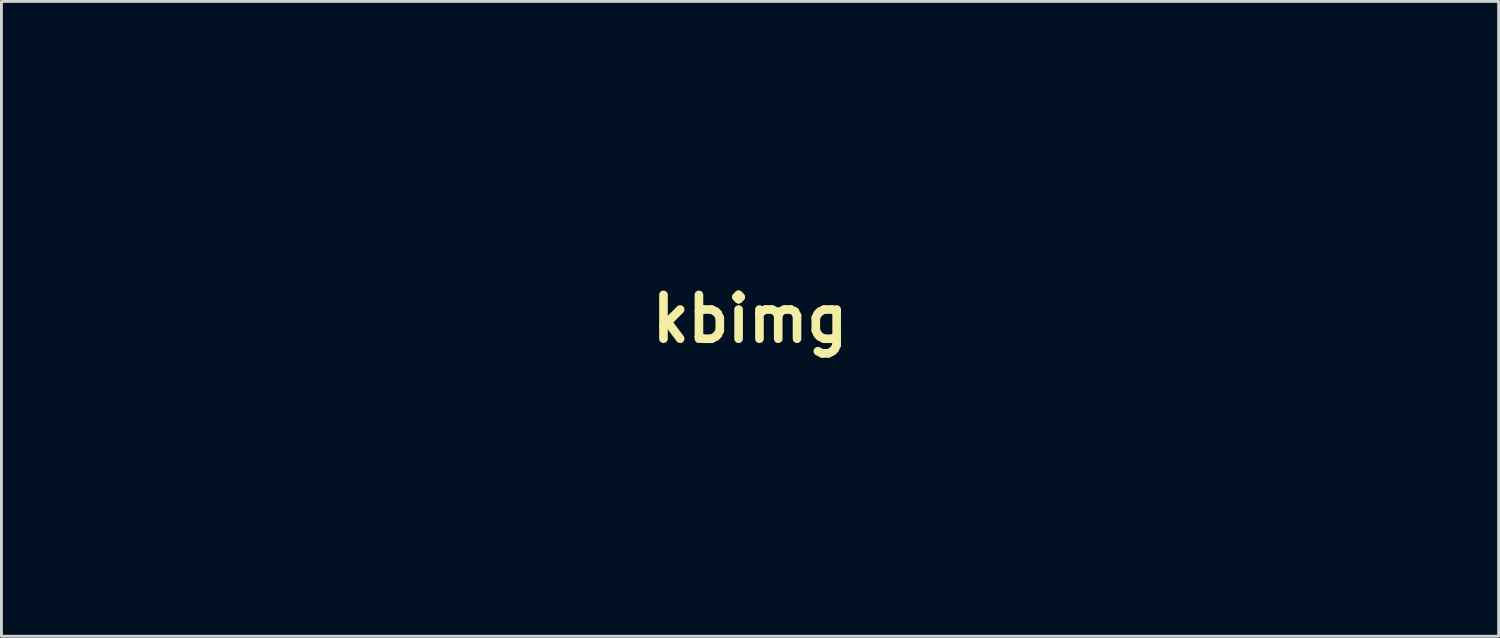
<source format=kicad_pcb>
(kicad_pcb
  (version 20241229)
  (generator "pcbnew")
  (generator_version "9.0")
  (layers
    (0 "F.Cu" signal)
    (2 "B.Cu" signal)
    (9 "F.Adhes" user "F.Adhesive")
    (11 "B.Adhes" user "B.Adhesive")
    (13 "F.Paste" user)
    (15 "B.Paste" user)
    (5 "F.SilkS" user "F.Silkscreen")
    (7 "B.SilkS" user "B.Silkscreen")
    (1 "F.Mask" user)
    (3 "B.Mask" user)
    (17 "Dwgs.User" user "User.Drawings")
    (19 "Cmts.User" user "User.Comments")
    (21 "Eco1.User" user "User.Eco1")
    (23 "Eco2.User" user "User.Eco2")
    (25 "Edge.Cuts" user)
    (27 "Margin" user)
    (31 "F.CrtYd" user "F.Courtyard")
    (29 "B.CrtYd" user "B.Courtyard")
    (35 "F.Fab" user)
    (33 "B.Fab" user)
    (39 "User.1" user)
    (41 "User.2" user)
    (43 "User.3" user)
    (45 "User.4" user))
  (footprint "kbimg"
    (layer "F.Cu")
    (at 23.038 8.042)
    (property "Reference" "kbimg" (at 0 0 0) (layer "F.SilkS") (effects (font (size 1.524 1.524) (thickness 0.3))))
    (attr through_hole)
    (fp_poly (pts (xy -1.311 -1.162) (xy -1.09 -1.161) (xy -0.282 -1.154) (xy -0.18 -1.09) (xy -0.078 -1.005) (xy -0.027 -0.932) (xy 0.022 -0.838) (xy 0.011 0.924) (xy -0.04 0.998) (xy -0.094 1.061) (xy -0.158 1.118) (xy -0.166 1.124) (xy -0.24 1.175) (xy -2.002 1.187) (xy -2.096 1.137) (xy -2.196 1.06) (xy -2.254 0.984) (xy -2.318 0.881) (xy -2.317 0.023) (xy -2.316 -0.836) (xy -2.264 -0.931) (xy -2.182 -1.036) (xy -2.071 -1.112) (xy -1.982 -1.145) (xy -1.932 -1.152) (xy -1.84 -1.157) (xy -1.705 -1.161) (xy -1.529 -1.162) (xy -1.311 -1.162)) (stroke (width 0.01) (type solid)) (fill yes) (layer "F.Mask"))
    (fp_poly (pts (xy -11.968 -6.794) (xy -11.79 -6.792) (xy -11.631 -6.79) (xy -11.496 -6.787) (xy -11.39 -6.783) (xy -11.317 -6.778) (xy -11.284 -6.774) (xy -11.162 -6.718) (xy -11.065 -6.629) (xy -11.017 -6.552) (xy -10.964 -6.448) (xy -10.965 -5.621) (xy -10.965 -4.794) (xy -11.016 -4.684) (xy -11.08 -4.582) (xy -11.157 -4.515) (xy -11.247 -4.456) (xy -12.117 -4.45) (xy -12.987 -4.444) (xy -13.082 -4.494) (xy -13.153 -4.543) (xy -13.22 -4.608) (xy -13.24 -4.634) (xy -13.303 -4.724) (xy -13.31 -5.563) (xy -13.311 -5.809) (xy -13.311 -6.013) (xy -13.31 -6.179) (xy -13.307 -6.309) (xy -13.302 -6.403) (xy -13.296 -6.464) (xy -13.292 -6.486) (xy -13.243 -6.598) (xy -13.165 -6.684) (xy -13.073 -6.742) (xy -12.967 -6.795) (xy -12.161 -6.795) (xy -11.968 -6.794)) (stroke (width 0.01) (type solid)) (fill yes) (layer "F.Mask"))
    (fp_poly (pts (xy -19.535 -6.745) (xy -19.437 -6.67) (xy -19.378 -6.593) (xy -19.315 -6.491) (xy -19.321 -5.621) (xy -19.328 -4.752) (xy -19.38 -4.663) (xy -19.447 -4.579) (xy -19.532 -4.514) (xy -19.632 -4.456) (xy -20.309 -4.453) (xy -20.486 -4.453) (xy -20.658 -4.454) (xy -20.82 -4.455) (xy -20.963 -4.457) (xy -21.081 -4.46) (xy -21.167 -4.463) (xy -21.188 -4.464) (xy -21.324 -4.479) (xy -21.427 -4.506) (xy -21.506 -4.551) (xy -21.568 -4.616) (xy -21.602 -4.667) (xy -21.655 -4.759) (xy -21.654 -5.622) (xy -21.654 -5.837) (xy -21.653 -6.013) (xy -21.652 -6.155) (xy -21.65 -6.268) (xy -21.648 -6.356) (xy -21.644 -6.422) (xy -21.64 -6.472) (xy -21.633 -6.509) (xy -21.625 -6.538) (xy -21.616 -6.562) (xy -21.608 -6.579) (xy -21.537 -6.678) (xy -21.466 -6.733) (xy -21.37 -6.795) (xy -19.628 -6.795) (xy -19.535 -6.745)) (stroke (width 0.01) (type solid)) (fill yes) (layer "F.Mask"))
    (fp_poly (pts (xy -3.932 -3.91) (xy -3.839 -3.837) (xy -3.778 -3.759) (xy -3.724 -3.666) (xy -3.73 -2.779) (xy -3.736 -1.891) (xy -3.793 -1.805) (xy -3.864 -1.727) (xy -3.942 -1.675) (xy -3.967 -1.664) (xy -3.992 -1.654) (xy -4.023 -1.647) (xy -4.064 -1.641) (xy -4.118 -1.637) (xy -4.191 -1.634) (xy -4.286 -1.632) (xy -4.408 -1.631) (xy -4.56 -1.63) (xy -4.748 -1.63) (xy -4.893 -1.63) (xy -5.106 -1.63) (xy -5.281 -1.63) (xy -5.422 -1.631) (xy -5.533 -1.632) (xy -5.619 -1.634) (xy -5.685 -1.638) (xy -5.733 -1.642) (xy -5.769 -1.649) (xy -5.796 -1.657) (xy -5.82 -1.667) (xy -5.843 -1.679) (xy -5.844 -1.679) (xy -5.942 -1.754) (xy -6.001 -1.831) (xy -6.064 -1.934) (xy -6.057 -2.803) (xy -6.051 -3.672) (xy -5.993 -3.768) (xy -5.918 -3.859) (xy -5.841 -3.916) (xy -5.747 -3.969) (xy -4.032 -3.969) (xy -3.932 -3.91)) (stroke (width 0.01) (type solid)) (fill yes) (layer "F.Mask"))
    (fp_poly (pts (xy -6.031 -1.09) (xy -5.967 -1.034) (xy -5.912 -0.968) (xy -5.897 -0.942) (xy -5.886 -0.919) (xy -5.877 -0.894) (xy -5.869 -0.863) (xy -5.863 -0.822) (xy -5.859 -0.765) (xy -5.855 -0.69) (xy -5.853 -0.592) (xy -5.851 -0.465) (xy -5.849 -0.307) (xy -5.847 -0.113) (xy -5.847 -0.012) (xy -5.841 0.833) (xy -5.894 0.943) (xy -5.97 1.055) (xy -6.038 1.114) (xy -6.128 1.175) (xy -6.985 1.178) (xy -7.238 1.179) (xy -7.449 1.178) (xy -7.62 1.176) (xy -7.752 1.172) (xy -7.846 1.167) (xy -7.902 1.161) (xy -7.915 1.158) (xy -7.999 1.114) (xy -8.079 1.042) (xy -8.141 0.957) (xy -8.17 0.89) (xy -8.177 0.84) (xy -8.182 0.749) (xy -8.186 0.616) (xy -8.188 0.442) (xy -8.188 0.225) (xy -8.187 -0.034) (xy -8.187 -0.037) (xy -8.181 -0.878) (xy -8.131 -0.959) (xy -8.08 -1.023) (xy -8.015 -1.082) (xy -7.995 -1.097) (xy -7.909 -1.154) (xy -6.121 -1.154) (xy -6.031 -1.09)) (stroke (width 0.01) (type solid)) (fill yes) (layer "F.Mask"))
    (fp_poly (pts (xy 5.481 -6.756) (xy 5.695 -6.755) (xy 5.871 -6.753) (xy 6.013 -6.751) (xy 6.125 -6.749) (xy 6.213 -6.745) (xy 6.279 -6.741) (xy 6.329 -6.736) (xy 6.366 -6.73) (xy 6.395 -6.721) (xy 6.419 -6.711) (xy 6.431 -6.706) (xy 6.516 -6.648) (xy 6.579 -6.577) (xy 6.636 -6.491) (xy 6.636 -4.685) (xy 6.579 -4.599) (xy 6.549 -4.557) (xy 6.516 -4.521) (xy 6.478 -4.491) (xy 6.43 -4.467) (xy 6.37 -4.449) (xy 6.292 -4.434) (xy 6.195 -4.425) (xy 6.073 -4.419) (xy 5.924 -4.416) (xy 5.744 -4.416) (xy 5.528 -4.418) (xy 5.275 -4.422) (xy 5.258 -4.422) (xy 4.579 -4.434) (xy 4.491 -4.493) (xy 4.426 -4.549) (xy 4.369 -4.618) (xy 4.355 -4.641) (xy 4.344 -4.664) (xy 4.334 -4.687) (xy 4.326 -4.715) (xy 4.32 -4.751) (xy 4.315 -4.8) (xy 4.312 -4.867) (xy 4.31 -4.954) (xy 4.308 -5.068) (xy 4.308 -5.211) (xy 4.307 -5.388) (xy 4.307 -5.588) (xy 4.307 -6.445) (xy 4.36 -6.54) (xy 4.436 -6.635) (xy 4.518 -6.698) (xy 4.622 -6.763) (xy 5.481 -6.756)) (stroke (width 0.01) (type solid)) (fill yes) (layer "F.Mask"))
    (fp_poly (pts (xy 6.055 1.677) (xy 6.935 1.683) (xy 7.01 1.734) (xy 7.073 1.787) (xy 7.129 1.851) (xy 7.135 1.859) (xy 7.186 1.934) (xy 7.186 3.739) (xy 7.128 3.827) (xy 7.072 3.892) (xy 7.003 3.949) (xy 6.98 3.963) (xy 6.956 3.975) (xy 6.932 3.985) (xy 6.903 3.993) (xy 6.865 3.999) (xy 6.813 4.004) (xy 6.744 4.008) (xy 6.653 4.01) (xy 6.534 4.012) (xy 6.385 4.013) (xy 6.201 4.014) (xy 6.075 4.015) (xy 5.891 4.015) (xy 5.718 4.015) (xy 5.561 4.014) (xy 5.426 4.012) (xy 5.317 4.009) (xy 5.24 4.006) (xy 5.199 4.003) (xy 5.196 4.002) (xy 5.076 3.958) (xy 4.983 3.889) (xy 4.909 3.788) (xy 4.897 3.768) (xy 4.887 3.747) (xy 4.879 3.722) (xy 4.873 3.689) (xy 4.868 3.644) (xy 4.864 3.582) (xy 4.861 3.499) (xy 4.86 3.392) (xy 4.858 3.256) (xy 4.858 3.086) (xy 4.858 2.879) (xy 4.858 2.835) (xy 4.858 1.976) (xy 4.921 1.873) (xy 5.006 1.771) (xy 5.079 1.721) (xy 5.174 1.671) (xy 6.055 1.677)) (stroke (width 0.01) (type solid)) (fill yes) (layer "F.Mask"))
    (fp_poly (pts (xy 14.53 -6.752) (xy 14.75 -6.751) (xy 14.945 -6.75) (xy 15.11 -6.747) (xy 15.243 -6.743) (xy 15.342 -6.738) (xy 15.402 -6.732) (xy 15.415 -6.73) (xy 15.51 -6.685) (xy 15.6 -6.611) (xy 15.67 -6.521) (xy 15.687 -6.488) (xy 15.697 -6.463) (xy 15.705 -6.434) (xy 15.712 -6.396) (xy 15.717 -6.345) (xy 15.72 -6.277) (xy 15.723 -6.187) (xy 15.725 -6.07) (xy 15.726 -5.924) (xy 15.726 -5.743) (xy 15.726 -5.577) (xy 15.726 -4.752) (xy 15.675 -4.642) (xy 15.611 -4.54) (xy 15.534 -4.473) (xy 15.444 -4.413) (xy 14.575 -4.408) (xy 14.359 -4.407) (xy 14.181 -4.406) (xy 14.037 -4.406) (xy 13.922 -4.407) (xy 13.833 -4.409) (xy 13.766 -4.412) (xy 13.716 -4.417) (xy 13.678 -4.423) (xy 13.65 -4.43) (xy 13.626 -4.44) (xy 13.62 -4.442) (xy 13.518 -4.51) (xy 13.439 -4.604) (xy 13.398 -4.695) (xy 13.391 -4.741) (xy 13.386 -4.828) (xy 13.382 -4.956) (xy 13.38 -5.125) (xy 13.38 -5.337) (xy 13.381 -5.59) (xy 13.381 -5.622) (xy 13.388 -6.47) (xy 13.449 -6.558) (xy 13.526 -6.64) (xy 13.617 -6.699) (xy 13.724 -6.752) (xy 14.53 -6.752)) (stroke (width 0.01) (type solid)) (fill yes) (layer "F.Mask"))
    (fp_poly (pts (xy 10.172 -3.932) (xy 11.063 -3.926) (xy 11.137 -3.875) (xy 11.2 -3.822) (xy 11.257 -3.758) (xy 11.263 -3.75) (xy 11.314 -3.676) (xy 11.314 -1.873) (xy 11.255 -1.787) (xy 11.198 -1.721) (xy 11.128 -1.663) (xy 11.107 -1.649) (xy 11.078 -1.634) (xy 11.05 -1.622) (xy 11.017 -1.613) (xy 10.974 -1.606) (xy 10.914 -1.602) (xy 10.832 -1.599) (xy 10.723 -1.597) (xy 10.58 -1.597) (xy 10.477 -1.596) (xy 10.306 -1.596) (xy 10.126 -1.597) (xy 9.948 -1.599) (xy 9.786 -1.602) (xy 9.649 -1.605) (xy 9.599 -1.607) (xy 9.451 -1.614) (xy 9.339 -1.623) (xy 9.255 -1.637) (xy 9.192 -1.657) (xy 9.143 -1.686) (xy 9.102 -1.726) (xy 9.073 -1.762) (xy 9.032 -1.831) (xy 9 -1.908) (xy 8.998 -1.916) (xy 8.992 -1.959) (xy 8.987 -2.039) (xy 8.983 -2.149) (xy 8.979 -2.283) (xy 8.977 -2.435) (xy 8.975 -2.6) (xy 8.975 -2.77) (xy 8.975 -2.94) (xy 8.976 -3.104) (xy 8.978 -3.256) (xy 8.981 -3.39) (xy 8.985 -3.5) (xy 8.99 -3.579) (xy 8.996 -3.622) (xy 9.049 -3.743) (xy 9.132 -3.841) (xy 9.198 -3.889) (xy 9.282 -3.937) (xy 10.172 -3.932)) (stroke (width 0.01) (type solid)) (fill yes) (layer "F.Mask"))
    (fp_poly (pts (xy -7.401 -3.968) (xy -7.225 -3.967) (xy -7.065 -3.965) (xy -6.927 -3.963) (xy -6.815 -3.96) (xy -6.734 -3.957) (xy -6.689 -3.954) (xy -6.684 -3.953) (xy -6.611 -3.916) (xy -6.535 -3.854) (xy -6.468 -3.777) (xy -6.432 -3.715) (xy -6.422 -3.69) (xy -6.414 -3.661) (xy -6.408 -3.623) (xy -6.403 -3.572) (xy -6.399 -3.504) (xy -6.396 -3.414) (xy -6.395 -3.298) (xy -6.394 -3.151) (xy -6.393 -2.97) (xy -6.393 -2.805) (xy -6.393 -1.979) (xy -6.444 -1.869) (xy -6.508 -1.767) (xy -6.585 -1.7) (xy -6.675 -1.64) (xy -7.544 -1.635) (xy -7.76 -1.634) (xy -7.938 -1.633) (xy -8.082 -1.634) (xy -8.196 -1.634) (xy -8.285 -1.636) (xy -8.352 -1.64) (xy -8.403 -1.644) (xy -8.44 -1.65) (xy -8.468 -1.657) (xy -8.492 -1.667) (xy -8.498 -1.669) (xy -8.606 -1.738) (xy -8.682 -1.834) (xy -8.709 -1.889) (xy -8.718 -1.914) (xy -8.724 -1.95) (xy -8.73 -1.999) (xy -8.734 -2.067) (xy -8.737 -2.156) (xy -8.74 -2.272) (xy -8.741 -2.418) (xy -8.742 -2.598) (xy -8.742 -2.8) (xy -8.742 -3.632) (xy -8.687 -3.743) (xy -8.632 -3.83) (xy -8.563 -3.892) (xy -8.533 -3.911) (xy -8.435 -3.969) (xy -7.588 -3.969) (xy -7.401 -3.968)) (stroke (width 0.01) (type solid)) (fill yes) (layer "F.Mask"))
    (fp_poly (pts (xy -12.39 4.445) (xy -12.153 4.446) (xy -11.954 4.448) (xy -11.792 4.451) (xy -11.664 4.454) (xy -11.57 4.458) (xy -11.506 4.463) (xy -11.471 4.469) (xy -11.47 4.47) (xy -11.352 4.531) (xy -11.263 4.623) (xy -11.221 4.698) (xy -11.209 4.726) (xy -11.2 4.755) (xy -11.193 4.789) (xy -11.187 4.833) (xy -11.183 4.891) (xy -11.18 4.968) (xy -11.178 5.068) (xy -11.177 5.196) (xy -11.176 5.355) (xy -11.176 5.551) (xy -11.176 5.627) (xy -11.176 6.451) (xy -11.235 6.564) (xy -11.281 6.64) (xy -11.335 6.692) (xy -11.407 6.736) (xy -11.52 6.795) (xy -12.644 6.793) (xy -12.924 6.792) (xy -13.168 6.79) (xy -13.376 6.788) (xy -13.547 6.785) (xy -13.679 6.781) (xy -13.772 6.776) (xy -13.824 6.771) (xy -13.832 6.769) (xy -13.947 6.707) (xy -14.038 6.615) (xy -14.075 6.554) (xy -14.086 6.529) (xy -14.095 6.505) (xy -14.102 6.475) (xy -14.108 6.437) (xy -14.112 6.385) (xy -14.115 6.315) (xy -14.116 6.224) (xy -14.116 6.107) (xy -14.116 5.96) (xy -14.115 5.778) (xy -14.114 5.592) (xy -14.108 4.724) (xy -14.044 4.634) (xy -13.986 4.568) (xy -13.914 4.51) (xy -13.887 4.494) (xy -13.794 4.445) (xy -12.668 4.445) (xy -12.39 4.445)) (stroke (width 0.01) (type solid)) (fill yes) (layer "F.Mask"))
    (fp_poly (pts (xy 1.009 1.712) (xy 1.111 1.789) (xy 1.179 1.888) (xy 1.206 1.96) (xy 1.213 2.002) (xy 1.218 2.076) (xy 1.222 2.184) (xy 1.224 2.329) (xy 1.225 2.511) (xy 1.225 2.732) (xy 1.224 2.868) (xy 1.222 3.077) (xy 1.22 3.249) (xy 1.218 3.386) (xy 1.216 3.495) (xy 1.212 3.578) (xy 1.208 3.641) (xy 1.203 3.687) (xy 1.196 3.721) (xy 1.187 3.748) (xy 1.177 3.771) (xy 1.173 3.778) (xy 1.128 3.843) (xy 1.065 3.906) (xy 1.039 3.926) (xy 0.949 3.99) (xy 0.077 3.996) (xy -0.795 4.002) (xy -0.89 3.952) (xy -0.961 3.902) (xy -1.028 3.837) (xy -1.048 3.812) (xy -1.111 3.722) (xy -1.117 2.872) (xy -1.119 2.646) (xy -1.12 2.459) (xy -1.119 2.305) (xy -1.116 2.182) (xy -1.112 2.084) (xy -1.104 2.008) (xy -1.094 1.949) (xy -1.08 1.903) (xy -1.062 1.866) (xy -1.04 1.834) (xy -1.013 1.803) (xy -1.005 1.794) (xy -0.975 1.762) (xy -0.948 1.736) (xy -0.919 1.715) (xy -0.884 1.698) (xy -0.838 1.686) (xy -0.778 1.676) (xy -0.7 1.67) (xy -0.599 1.665) (xy -0.471 1.663) (xy -0.312 1.662) (xy -0.119 1.662) (xy 0.053 1.662) (xy 0.921 1.662) (xy 1.009 1.712)) (stroke (width 0.01) (type solid)) (fill yes) (layer "F.Mask"))
    (fp_poly (pts (xy 4.488 -3.958) (xy 4.643 -3.956) (xy 4.781 -3.953) (xy 4.896 -3.95) (xy 4.981 -3.945) (xy 5.031 -3.939) (xy 5.036 -3.938) (xy 5.158 -3.882) (xy 5.254 -3.792) (xy 5.303 -3.716) (xy 5.355 -3.611) (xy 5.355 -2.785) (xy 5.355 -1.958) (xy 5.304 -1.848) (xy 5.239 -1.746) (xy 5.163 -1.679) (xy 5.073 -1.619) (xy 4.214 -1.615) (xy 4.025 -1.615) (xy 3.847 -1.616) (xy 3.686 -1.617) (xy 3.546 -1.619) (xy 3.433 -1.621) (xy 3.35 -1.625) (xy 3.302 -1.628) (xy 3.295 -1.63) (xy 3.197 -1.679) (xy 3.11 -1.758) (xy 3.05 -1.848) (xy 3.039 -1.872) (xy 3.03 -1.899) (xy 3.022 -1.93) (xy 3.017 -1.972) (xy 3.012 -2.028) (xy 3.009 -2.104) (xy 3.008 -2.202) (xy 3.006 -2.328) (xy 3.006 -2.486) (xy 3.006 -2.68) (xy 3.006 -2.761) (xy 3.006 -2.999) (xy 3.008 -3.196) (xy 3.01 -3.357) (xy 3.014 -3.482) (xy 3.019 -3.575) (xy 3.025 -3.638) (xy 3.032 -3.669) (xy 3.079 -3.765) (xy 3.155 -3.85) (xy 3.248 -3.914) (xy 3.294 -3.932) (xy 3.337 -3.939) (xy 3.417 -3.944) (xy 3.526 -3.949) (xy 3.66 -3.953) (xy 3.813 -3.956) (xy 3.978 -3.958) (xy 4.149 -3.959) (xy 4.321 -3.959) (xy 4.488 -3.958)) (stroke (width 0.01) (type solid)) (fill yes) (layer "F.Mask"))
    (fp_poly (pts (xy 7.738 -1.138) (xy 7.95 -1.137) (xy 8.124 -1.135) (xy 8.264 -1.133) (xy 8.375 -1.131) (xy 8.46 -1.128) (xy 8.524 -1.124) (xy 8.572 -1.119) (xy 8.607 -1.112) (xy 8.634 -1.104) (xy 8.657 -1.093) (xy 8.668 -1.088) (xy 8.732 -1.043) (xy 8.795 -0.98) (xy 8.816 -0.954) (xy 8.879 -0.864) (xy 8.879 0.928) (xy 8.816 1.019) (xy 8.748 1.094) (xy 8.667 1.154) (xy 8.658 1.159) (xy 8.633 1.171) (xy 8.609 1.181) (xy 8.58 1.188) (xy 8.542 1.194) (xy 8.491 1.199) (xy 8.423 1.202) (xy 8.333 1.204) (xy 8.217 1.205) (xy 8.071 1.205) (xy 7.89 1.205) (xy 7.727 1.205) (xy 7.485 1.204) (xy 7.284 1.202) (xy 7.121 1.199) (xy 6.995 1.195) (xy 6.904 1.19) (xy 6.847 1.184) (xy 6.825 1.178) (xy 6.708 1.114) (xy 6.623 1.023) (xy 6.585 0.952) (xy 6.573 0.924) (xy 6.564 0.897) (xy 6.556 0.864) (xy 6.551 0.824) (xy 6.547 0.77) (xy 6.544 0.699) (xy 6.543 0.606) (xy 6.542 0.487) (xy 6.543 0.337) (xy 6.544 0.152) (xy 6.545 0.005) (xy 6.551 -0.836) (xy 6.609 -0.935) (xy 6.664 -1.01) (xy 6.734 -1.065) (xy 6.78 -1.089) (xy 6.893 -1.144) (xy 7.738 -1.138)) (stroke (width 0.01) (type solid)) (fill yes) (layer "F.Mask"))
    (fp_poly (pts (xy 17.684 -1.119) (xy 17.991 -1.118) (xy 18.31 -1.118) (xy 18.563 -1.117) (xy 21.135 -1.111) (xy 21.222 -1.054) (xy 21.288 -1.001) (xy 21.346 -0.937) (xy 21.36 -0.917) (xy 21.41 -0.836) (xy 21.416 0.017) (xy 21.422 0.871) (xy 21.37 0.984) (xy 21.316 1.078) (xy 21.244 1.146) (xy 21.227 1.157) (xy 21.135 1.217) (xy 18.563 1.221) (xy 18.236 1.221) (xy 17.92 1.221) (xy 17.617 1.221) (xy 17.332 1.22) (xy 17.065 1.22) (xy 16.82 1.219) (xy 16.6 1.218) (xy 16.406 1.217) (xy 16.243 1.215) (xy 16.111 1.213) (xy 16.015 1.212) (xy 15.956 1.21) (xy 15.938 1.208) (xy 15.816 1.154) (xy 15.723 1.075) (xy 15.683 1.021) (xy 15.621 0.923) (xy 15.621 0.059) (xy 15.621 -0.168) (xy 15.622 -0.357) (xy 15.624 -0.509) (xy 15.627 -0.631) (xy 15.63 -0.724) (xy 15.635 -0.792) (xy 15.641 -0.84) (xy 15.648 -0.87) (xy 15.65 -0.874) (xy 15.692 -0.943) (xy 15.758 -1.012) (xy 15.833 -1.071) (xy 15.904 -1.106) (xy 15.921 -1.111) (xy 15.951 -1.112) (xy 16.021 -1.114) (xy 16.127 -1.115) (xy 16.268 -1.116) (xy 16.44 -1.117) (xy 16.642 -1.118) (xy 16.87 -1.118) (xy 17.121 -1.119) (xy 17.394 -1.119) (xy 17.684 -1.119)) (stroke (width 0.01) (type solid)) (fill yes) (layer "F.Mask"))
    (fp_poly (pts (xy -5.524 -6.725) (xy -5.424 -6.648) (xy -5.366 -6.572) (xy -5.302 -6.47) (xy -5.302 -5.611) (xy -5.302 -5.397) (xy -5.303 -5.222) (xy -5.303 -5.081) (xy -5.305 -4.969) (xy -5.307 -4.882) (xy -5.311 -4.817) (xy -5.315 -4.769) (xy -5.321 -4.733) (xy -5.329 -4.706) (xy -5.339 -4.684) (xy -5.348 -4.667) (xy -5.398 -4.587) (xy -5.458 -4.529) (xy -5.542 -4.476) (xy -5.546 -4.474) (xy -5.568 -4.464) (xy -5.595 -4.455) (xy -5.63 -4.448) (xy -5.679 -4.443) (xy -5.746 -4.439) (xy -5.835 -4.436) (xy -5.951 -4.434) (xy -6.098 -4.433) (xy -6.281 -4.432) (xy -6.382 -4.432) (xy -6.563 -4.431) (xy -6.735 -4.432) (xy -6.893 -4.433) (xy -7.031 -4.435) (xy -7.143 -4.437) (xy -7.223 -4.44) (xy -7.262 -4.442) (xy -7.393 -4.475) (xy -7.501 -4.54) (xy -7.581 -4.634) (xy -7.597 -4.663) (xy -7.608 -4.688) (xy -7.617 -4.712) (xy -7.625 -4.742) (xy -7.63 -4.78) (xy -7.634 -4.831) (xy -7.637 -4.9) (xy -7.639 -4.99) (xy -7.639 -5.106) (xy -7.639 -5.252) (xy -7.638 -5.433) (xy -7.637 -5.635) (xy -7.631 -6.512) (xy -7.58 -6.586) (xy -7.526 -6.649) (xy -7.462 -6.706) (xy -7.454 -6.712) (xy -7.38 -6.763) (xy -6.499 -6.769) (xy -5.618 -6.775) (xy -5.524 -6.725)) (stroke (width 0.01) (type solid)) (fill yes) (layer "F.Mask"))
    (fp_poly (pts (xy 12.126 1.672) (xy 12.298 1.673) (xy 12.457 1.675) (xy 12.598 1.677) (xy 12.716 1.681) (xy 12.804 1.685) (xy 12.858 1.691) (xy 12.867 1.693) (xy 12.986 1.747) (xy 13.084 1.833) (xy 13.127 1.894) (xy 13.14 1.916) (xy 13.149 1.937) (xy 13.157 1.963) (xy 13.163 1.998) (xy 13.168 2.045) (xy 13.172 2.109) (xy 13.174 2.193) (xy 13.175 2.304) (xy 13.176 2.443) (xy 13.176 2.616) (xy 13.176 2.827) (xy 13.176 2.849) (xy 13.176 3.718) (xy 13.113 3.821) (xy 13.029 3.921) (xy 12.956 3.972) (xy 12.863 4.022) (xy 11.919 4.02) (xy 11.651 4.018) (xy 11.423 4.016) (xy 11.235 4.013) (xy 11.088 4.009) (xy 10.982 4.004) (xy 10.918 3.997) (xy 10.902 3.994) (xy 10.822 3.952) (xy 10.743 3.883) (xy 10.68 3.802) (xy 10.648 3.732) (xy 10.642 3.688) (xy 10.637 3.603) (xy 10.633 3.482) (xy 10.629 3.327) (xy 10.627 3.14) (xy 10.626 2.924) (xy 10.626 2.835) (xy 10.626 2.019) (xy 10.678 1.913) (xy 10.748 1.807) (xy 10.837 1.734) (xy 10.92 1.697) (xy 10.958 1.691) (xy 11.033 1.686) (xy 11.139 1.682) (xy 11.271 1.678) (xy 11.423 1.675) (xy 11.59 1.673) (xy 11.767 1.672) (xy 11.948 1.671) (xy 12.126 1.672)) (stroke (width 0.01) (type solid)) (fill yes) (layer "F.Mask"))
    (fp_poly (pts (xy -7.704 1.7) (xy -7.605 1.775) (xy -7.548 1.849) (xy -7.486 1.949) (xy -7.49 2.811) (xy -7.491 3.024) (xy -7.492 3.2) (xy -7.494 3.342) (xy -7.496 3.454) (xy -7.499 3.541) (xy -7.502 3.607) (xy -7.507 3.656) (xy -7.514 3.693) (xy -7.522 3.721) (xy -7.532 3.746) (xy -7.543 3.767) (xy -7.611 3.862) (xy -7.694 3.926) (xy -7.796 3.99) (xy -8.349 3.992) (xy -8.521 3.992) (xy -8.7 3.991) (xy -8.876 3.989) (xy -9.037 3.986) (xy -9.173 3.983) (xy -9.23 3.981) (xy -9.356 3.976) (xy -9.448 3.971) (xy -9.513 3.964) (xy -9.56 3.955) (xy -9.597 3.941) (xy -9.631 3.922) (xy -9.648 3.911) (xy -9.718 3.85) (xy -9.775 3.775) (xy -9.782 3.762) (xy -9.793 3.739) (xy -9.803 3.715) (xy -9.81 3.686) (xy -9.816 3.649) (xy -9.82 3.598) (xy -9.823 3.529) (xy -9.825 3.439) (xy -9.825 3.323) (xy -9.825 3.176) (xy -9.824 2.995) (xy -9.824 2.815) (xy -9.822 2.601) (xy -9.821 2.426) (xy -9.82 2.284) (xy -9.817 2.172) (xy -9.814 2.084) (xy -9.811 2.018) (xy -9.806 1.969) (xy -9.799 1.932) (xy -9.791 1.903) (xy -9.781 1.879) (xy -9.775 1.867) (xy -9.717 1.781) (xy -9.646 1.718) (xy -9.56 1.662) (xy -7.798 1.65) (xy -7.704 1.7)) (stroke (width 0.01) (type solid)) (fill yes) (layer "F.Mask"))
    (fp_poly (pts (xy -15.071 -1.181) (xy -14.944 -1.178) (xy -14.843 -1.172) (xy -14.763 -1.163) (xy -14.701 -1.151) (xy -14.651 -1.136) (xy -14.611 -1.116) (xy -14.575 -1.092) (xy -14.556 -1.077) (xy -14.52 -1.047) (xy -14.49 -1.02) (xy -14.466 -0.992) (xy -14.446 -0.958) (xy -14.432 -0.914) (xy -14.421 -0.856) (xy -14.413 -0.781) (xy -14.408 -0.683) (xy -14.406 -0.559) (xy -14.404 -0.405) (xy -14.404 -0.216) (xy -14.404 -0.011) (xy -14.404 0.204) (xy -14.404 0.38) (xy -14.405 0.522) (xy -14.406 0.635) (xy -14.409 0.722) (xy -14.412 0.788) (xy -14.416 0.837) (xy -14.423 0.873) (xy -14.43 0.901) (xy -14.44 0.924) (xy -14.452 0.947) (xy -14.452 0.947) (xy -14.501 1.016) (xy -14.566 1.079) (xy -14.588 1.095) (xy -14.676 1.154) (xy -15.545 1.159) (xy -15.76 1.161) (xy -15.936 1.162) (xy -16.079 1.162) (xy -16.192 1.161) (xy -16.279 1.16) (xy -16.345 1.157) (xy -16.395 1.153) (xy -16.431 1.147) (xy -16.459 1.139) (xy -16.483 1.13) (xy -16.507 1.118) (xy -16.509 1.117) (xy -16.582 1.069) (xy -16.65 1.007) (xy -16.668 0.988) (xy -16.732 0.906) (xy -16.738 0.024) (xy -16.744 -0.859) (xy -16.694 -0.953) (xy -16.618 -1.053) (xy -16.542 -1.111) (xy -16.439 -1.175) (xy -15.647 -1.181) (xy -15.418 -1.182) (xy -15.227 -1.183) (xy -15.071 -1.181)) (stroke (width 0.01) (type solid)) (fill yes) (layer "F.Mask"))
    (fp_poly (pts (xy 14.016 -3.874) (xy 14.115 -3.782) (xy 14.183 -3.664) (xy 14.215 -3.538) (xy 14.218 -3.489) (xy 14.22 -3.403) (xy 14.221 -3.287) (xy 14.221 -3.146) (xy 14.22 -2.985) (xy 14.218 -2.811) (xy 14.215 -2.656) (xy 14.211 -2.456) (xy 14.207 -2.293) (xy 14.204 -2.164) (xy 14.2 -2.064) (xy 14.195 -1.987) (xy 14.19 -1.93) (xy 14.183 -1.888) (xy 14.175 -1.857) (xy 14.165 -1.832) (xy 14.154 -1.811) (xy 14.107 -1.747) (xy 14.044 -1.685) (xy 14.016 -1.663) (xy 13.924 -1.598) (xy 13.095 -1.594) (xy 12.909 -1.594) (xy 12.735 -1.594) (xy 12.577 -1.595) (xy 12.44 -1.597) (xy 12.329 -1.6) (xy 12.25 -1.603) (xy 12.207 -1.606) (xy 12.203 -1.607) (xy 12.079 -1.653) (xy 11.985 -1.724) (xy 11.913 -1.826) (xy 11.908 -1.836) (xy 11.9 -1.857) (xy 11.892 -1.884) (xy 11.887 -1.923) (xy 11.883 -1.975) (xy 11.88 -2.047) (xy 11.878 -2.141) (xy 11.877 -2.262) (xy 11.877 -2.414) (xy 11.878 -2.6) (xy 11.879 -2.793) (xy 11.881 -3.015) (xy 11.882 -3.199) (xy 11.884 -3.35) (xy 11.887 -3.47) (xy 11.892 -3.564) (xy 11.9 -3.637) (xy 11.911 -3.693) (xy 11.926 -3.735) (xy 11.946 -3.767) (xy 11.971 -3.795) (xy 12.002 -3.821) (xy 12.039 -3.851) (xy 12.052 -3.862) (xy 12.132 -3.926) (xy 13.938 -3.926) (xy 14.016 -3.874)) (stroke (width 0.01) (type solid)) (fill yes) (layer "F.Mask"))
    (fp_poly (pts (xy -14.838 4.492) (xy -14.756 4.549) (xy -14.685 4.624) (xy -14.679 4.632) (xy -14.616 4.724) (xy -14.609 5.558) (xy -14.608 5.805) (xy -14.608 6.012) (xy -14.61 6.179) (xy -14.613 6.31) (xy -14.618 6.404) (xy -14.624 6.465) (xy -14.627 6.482) (xy -14.669 6.571) (xy -14.739 6.658) (xy -14.824 6.728) (xy -14.912 6.771) (xy -14.912 6.771) (xy -14.956 6.777) (xy -15.036 6.782) (xy -15.149 6.786) (xy -15.289 6.79) (xy -15.451 6.792) (xy -15.629 6.794) (xy -15.819 6.795) (xy -16.015 6.795) (xy -16.213 6.794) (xy -16.406 6.792) (xy -16.591 6.79) (xy -16.761 6.787) (xy -16.912 6.783) (xy -17.039 6.778) (xy -17.137 6.773) (xy -17.199 6.767) (xy -17.215 6.764) (xy -17.319 6.718) (xy -17.412 6.644) (xy -17.482 6.555) (xy -17.497 6.525) (xy -17.504 6.499) (xy -17.511 6.458) (xy -17.516 6.397) (xy -17.52 6.314) (xy -17.522 6.204) (xy -17.524 6.064) (xy -17.526 5.891) (xy -17.526 5.679) (xy -17.526 5.614) (xy -17.526 5.403) (xy -17.526 5.23) (xy -17.525 5.091) (xy -17.523 4.981) (xy -17.521 4.896) (xy -17.518 4.832) (xy -17.513 4.784) (xy -17.506 4.749) (xy -17.498 4.721) (xy -17.488 4.697) (xy -17.478 4.678) (xy -17.43 4.605) (xy -17.368 4.537) (xy -17.349 4.52) (xy -17.268 4.456) (xy -14.933 4.444) (xy -14.838 4.492)) (stroke (width 0.01) (type solid)) (fill yes) (layer "F.Mask"))
    (fp_poly (pts (xy -0.846 -3.91) (xy -0.746 -3.833) (xy -0.688 -3.757) (xy -0.624 -3.655) (xy -0.632 -2.785) (xy -0.634 -2.569) (xy -0.636 -2.391) (xy -0.638 -2.247) (xy -0.641 -2.133) (xy -0.644 -2.044) (xy -0.648 -1.977) (xy -0.653 -1.928) (xy -0.66 -1.891) (xy -0.668 -1.864) (xy -0.677 -1.841) (xy -0.679 -1.838) (xy -0.75 -1.742) (xy -0.85 -1.669) (xy -0.942 -1.632) (xy -0.982 -1.627) (xy -1.059 -1.622) (xy -1.167 -1.619) (xy -1.298 -1.615) (xy -1.448 -1.613) (xy -1.61 -1.612) (xy -1.779 -1.611) (xy -1.948 -1.611) (xy -2.111 -1.612) (xy -2.263 -1.613) (xy -2.397 -1.616) (xy -2.507 -1.619) (xy -2.588 -1.623) (xy -2.634 -1.628) (xy -2.635 -1.628) (xy -2.759 -1.674) (xy -2.853 -1.746) (xy -2.926 -1.85) (xy -2.93 -1.858) (xy -2.939 -1.879) (xy -2.946 -1.908) (xy -2.952 -1.947) (xy -2.956 -2.002) (xy -2.959 -2.075) (xy -2.962 -2.173) (xy -2.963 -2.297) (xy -2.964 -2.454) (xy -2.964 -2.646) (xy -2.964 -2.789) (xy -2.963 -3.003) (xy -2.963 -3.179) (xy -2.962 -3.322) (xy -2.96 -3.435) (xy -2.957 -3.522) (xy -2.954 -3.588) (xy -2.949 -3.638) (xy -2.943 -3.675) (xy -2.935 -3.703) (xy -2.925 -3.727) (xy -2.92 -3.738) (xy -2.872 -3.809) (xy -2.807 -3.874) (xy -2.79 -3.887) (xy -2.702 -3.948) (xy -1.821 -3.954) (xy -0.94 -3.959) (xy -0.846 -3.91)) (stroke (width 0.01) (type solid)) (fill yes) (layer "F.Mask"))
    (fp_poly (pts (xy 10.495 -1.14) (xy 10.647 -1.139) (xy 10.854 -1.137) (xy 11.023 -1.136) (xy 11.159 -1.134) (xy 11.266 -1.131) (xy 11.348 -1.128) (xy 11.409 -1.124) (xy 11.454 -1.118) (xy 11.488 -1.111) (xy 11.515 -1.102) (xy 11.539 -1.091) (xy 11.553 -1.084) (xy 11.64 -1.018) (xy 11.707 -0.936) (xy 11.77 -0.836) (xy 11.764 0.054) (xy 11.758 0.945) (xy 11.707 1.019) (xy 11.654 1.083) (xy 11.59 1.139) (xy 11.582 1.145) (xy 11.507 1.196) (xy 10.627 1.201) (xy 10.4 1.202) (xy 10.211 1.202) (xy 10.057 1.201) (xy 9.936 1.199) (xy 9.842 1.197) (xy 9.772 1.192) (xy 9.724 1.187) (xy 9.693 1.181) (xy 9.684 1.177) (xy 9.602 1.125) (xy 9.523 1.047) (xy 9.465 0.964) (xy 9.456 0.944) (xy 9.449 0.917) (xy 9.443 0.88) (xy 9.439 0.828) (xy 9.436 0.757) (xy 9.434 0.663) (xy 9.433 0.541) (xy 9.433 0.389) (xy 9.434 0.201) (xy 9.435 0.037) (xy 9.436 -0.178) (xy 9.437 -0.354) (xy 9.439 -0.497) (xy 9.441 -0.61) (xy 9.444 -0.697) (xy 9.448 -0.763) (xy 9.453 -0.813) (xy 9.46 -0.849) (xy 9.468 -0.876) (xy 9.477 -0.9) (xy 9.482 -0.909) (xy 9.556 -1.009) (xy 9.66 -1.085) (xy 9.747 -1.121) (xy 9.789 -1.128) (xy 9.861 -1.134) (xy 9.965 -1.137) (xy 10.105 -1.14) (xy 10.28 -1.141) (xy 10.495 -1.14)) (stroke (width 0.01) (type solid)) (fill yes) (layer "F.Mask"))
    (fp_poly (pts (xy 13.693 -1.126) (xy 13.907 -1.124) (xy 14.082 -1.123) (xy 14.224 -1.121) (xy 14.336 -1.119) (xy 14.423 -1.116) (xy 14.489 -1.112) (xy 14.539 -1.106) (xy 14.576 -1.1) (xy 14.604 -1.092) (xy 14.629 -1.082) (xy 14.647 -1.073) (xy 14.733 -1.015) (xy 14.803 -0.927) (xy 14.806 -0.922) (xy 14.87 -0.818) (xy 14.863 0.052) (xy 14.856 0.921) (xy 14.804 1.01) (xy 14.741 1.089) (xy 14.659 1.154) (xy 14.657 1.155) (xy 14.615 1.178) (xy 14.575 1.194) (xy 14.527 1.204) (xy 14.461 1.21) (xy 14.37 1.214) (xy 14.282 1.216) (xy 14.184 1.217) (xy 14.052 1.217) (xy 13.897 1.216) (xy 13.726 1.214) (xy 13.55 1.212) (xy 13.397 1.209) (xy 12.792 1.196) (xy 12.704 1.135) (xy 12.637 1.075) (xy 12.582 1.001) (xy 12.574 0.986) (xy 12.563 0.962) (xy 12.554 0.936) (xy 12.547 0.904) (xy 12.542 0.862) (xy 12.538 0.805) (xy 12.535 0.729) (xy 12.533 0.629) (xy 12.531 0.503) (xy 12.531 0.344) (xy 12.531 0.15) (xy 12.531 0.039) (xy 12.531 -0.174) (xy 12.531 -0.349) (xy 12.532 -0.49) (xy 12.533 -0.601) (xy 12.535 -0.688) (xy 12.539 -0.753) (xy 12.543 -0.801) (xy 12.55 -0.837) (xy 12.558 -0.864) (xy 12.568 -0.888) (xy 12.58 -0.912) (xy 12.58 -0.912) (xy 12.655 -1.01) (xy 12.732 -1.069) (xy 12.834 -1.132) (xy 13.693 -1.126)) (stroke (width 0.01) (type solid)) (fill yes) (layer "F.Mask"))
    (fp_poly (pts (xy 12.497 4.488) (xy 12.752 4.488) (xy 12.969 4.488) (xy 13.151 4.489) (xy 13.3 4.49) (xy 13.421 4.492) (xy 13.518 4.494) (xy 13.592 4.497) (xy 13.65 4.501) (xy 13.692 4.506) (xy 13.724 4.512) (xy 13.749 4.519) (xy 13.769 4.527) (xy 13.77 4.527) (xy 13.872 4.594) (xy 13.951 4.688) (xy 13.992 4.779) (xy 13.999 4.826) (xy 14.004 4.915) (xy 14.007 5.047) (xy 14.009 5.22) (xy 14.01 5.436) (xy 14.008 5.694) (xy 14.008 5.708) (xy 14.002 6.558) (xy 13.938 6.648) (xy 13.882 6.712) (xy 13.816 6.766) (xy 13.79 6.782) (xy 13.771 6.792) (xy 13.75 6.8) (xy 13.724 6.806) (xy 13.689 6.812) (xy 13.643 6.816) (xy 13.58 6.82) (xy 13.499 6.823) (xy 13.394 6.825) (xy 13.264 6.827) (xy 13.103 6.828) (xy 12.91 6.829) (xy 12.679 6.83) (xy 12.531 6.831) (xy 12.269 6.832) (xy 12.047 6.832) (xy 11.861 6.832) (xy 11.707 6.831) (xy 11.582 6.829) (xy 11.483 6.827) (xy 11.406 6.824) (xy 11.349 6.819) (xy 11.308 6.814) (xy 11.279 6.808) (xy 11.271 6.805) (xy 11.182 6.755) (xy 11.098 6.678) (xy 11.034 6.587) (xy 11.007 6.521) (xy 11 6.473) (xy 10.995 6.386) (xy 10.991 6.259) (xy 10.989 6.093) (xy 10.989 5.885) (xy 10.99 5.636) (xy 10.99 5.612) (xy 10.996 4.791) (xy 11.06 4.688) (xy 11.143 4.588) (xy 11.216 4.537) (xy 11.31 4.487) (xy 12.497 4.488)) (stroke (width 0.01) (type solid)) (fill yes) (layer "F.Mask"))
    (fp_poly (pts (xy 8.386 -6.749) (xy 8.572 -6.748) (xy 8.627 -6.748) (xy 9.476 -6.742) (xy 9.563 -6.681) (xy 9.64 -6.609) (xy 9.699 -6.522) (xy 9.747 -6.424) (xy 9.74 -5.567) (xy 9.738 -5.352) (xy 9.736 -5.175) (xy 9.733 -5.033) (xy 9.73 -4.92) (xy 9.727 -4.832) (xy 9.723 -4.767) (xy 9.717 -4.718) (xy 9.711 -4.682) (xy 9.703 -4.655) (xy 9.693 -4.633) (xy 9.692 -4.631) (xy 9.621 -4.536) (xy 9.522 -4.463) (xy 9.43 -4.426) (xy 9.387 -4.42) (xy 9.307 -4.415) (xy 9.198 -4.411) (xy 9.064 -4.408) (xy 8.912 -4.406) (xy 8.747 -4.405) (xy 8.576 -4.404) (xy 8.405 -4.405) (xy 8.24 -4.406) (xy 8.086 -4.409) (xy 7.95 -4.412) (xy 7.838 -4.416) (xy 7.755 -4.421) (xy 7.708 -4.427) (xy 7.705 -4.428) (xy 7.593 -4.48) (xy 7.499 -4.564) (xy 7.449 -4.638) (xy 7.438 -4.661) (xy 7.43 -4.686) (xy 7.423 -4.716) (xy 7.417 -4.757) (xy 7.413 -4.812) (xy 7.41 -4.886) (xy 7.408 -4.983) (xy 7.407 -5.107) (xy 7.407 -5.263) (xy 7.407 -5.454) (xy 7.408 -5.581) (xy 7.408 -5.809) (xy 7.41 -5.998) (xy 7.412 -6.152) (xy 7.415 -6.274) (xy 7.419 -6.367) (xy 7.424 -6.434) (xy 7.43 -6.479) (xy 7.437 -6.505) (xy 7.48 -6.574) (xy 7.545 -6.643) (xy 7.62 -6.701) (xy 7.691 -6.737) (xy 7.709 -6.741) (xy 7.745 -6.744) (xy 7.818 -6.746) (xy 7.924 -6.748) (xy 8.058 -6.749) (xy 8.213 -6.749) (xy 8.386 -6.749)) (stroke (width 0.01) (type solid)) (fill yes) (layer "F.Mask"))
    (fp_poly (pts (xy -17.598 -6.793) (xy -17.423 -6.793) (xy -17.281 -6.792) (xy -17.169 -6.79) (xy -17.083 -6.787) (xy -17.017 -6.784) (xy -16.968 -6.779) (xy -16.932 -6.772) (xy -16.904 -6.764) (xy -16.88 -6.754) (xy -16.773 -6.686) (xy -16.697 -6.591) (xy -16.67 -6.536) (xy -16.661 -6.51) (xy -16.654 -6.474) (xy -16.649 -6.425) (xy -16.645 -6.358) (xy -16.641 -6.268) (xy -16.639 -6.153) (xy -16.638 -6.007) (xy -16.637 -5.826) (xy -16.637 -5.625) (xy -16.637 -4.792) (xy -16.692 -4.682) (xy -16.746 -4.595) (xy -16.816 -4.532) (xy -16.845 -4.513) (xy -16.944 -4.456) (xy -17.78 -4.451) (xy -17.999 -4.45) (xy -18.181 -4.45) (xy -18.327 -4.45) (xy -18.444 -4.452) (xy -18.534 -4.455) (xy -18.602 -4.459) (xy -18.651 -4.465) (xy -18.686 -4.472) (xy -18.701 -4.476) (xy -18.788 -4.525) (xy -18.87 -4.6) (xy -18.935 -4.687) (xy -18.963 -4.755) (xy -18.97 -4.799) (xy -18.975 -4.879) (xy -18.979 -4.99) (xy -18.982 -5.125) (xy -18.985 -5.278) (xy -18.986 -5.444) (xy -18.987 -5.615) (xy -18.986 -5.787) (xy -18.985 -5.953) (xy -18.982 -6.108) (xy -18.979 -6.244) (xy -18.975 -6.357) (xy -18.97 -6.439) (xy -18.964 -6.486) (xy -18.963 -6.488) (xy -18.912 -6.603) (xy -18.833 -6.697) (xy -18.746 -6.754) (xy -18.721 -6.764) (xy -18.693 -6.772) (xy -18.657 -6.779) (xy -18.608 -6.784) (xy -18.543 -6.787) (xy -18.457 -6.79) (xy -18.346 -6.792) (xy -18.205 -6.793) (xy -18.031 -6.793) (xy -17.819 -6.794) (xy -17.812 -6.794) (xy -17.598 -6.793)) (stroke (width 0.01) (type solid)) (fill yes) (layer "F.Mask"))
    (fp_poly (pts (xy -4.09 -1.16) (xy -3.882 -1.158) (xy -3.711 -1.156) (xy -3.574 -1.154) (xy -3.466 -1.152) (xy -3.384 -1.149) (xy -3.322 -1.144) (xy -3.276 -1.139) (xy -3.242 -1.132) (xy -3.215 -1.123) (xy -3.192 -1.113) (xy -3.186 -1.109) (xy -3.121 -1.064) (xy -3.058 -1.002) (xy -3.037 -0.975) (xy -2.974 -0.885) (xy -2.967 -0.035) (xy -2.966 0.191) (xy -2.965 0.379) (xy -2.966 0.534) (xy -2.968 0.658) (xy -2.973 0.756) (xy -2.979 0.833) (xy -2.989 0.892) (xy -3.002 0.939) (xy -3.018 0.975) (xy -3.038 1.007) (xy -3.062 1.038) (xy -3.064 1.039) (xy -3.094 1.074) (xy -3.123 1.102) (xy -3.155 1.126) (xy -3.195 1.144) (xy -3.247 1.158) (xy -3.314 1.168) (xy -3.401 1.175) (xy -3.512 1.18) (xy -3.652 1.182) (xy -3.824 1.183) (xy -4.032 1.183) (xy -4.128 1.183) (xy -4.364 1.182) (xy -4.567 1.18) (xy -4.736 1.177) (xy -4.869 1.173) (xy -4.963 1.168) (xy -5.018 1.162) (xy -5.027 1.159) (xy -5.137 1.103) (xy -5.218 1.02) (xy -5.264 0.939) (xy -5.315 0.827) (xy -5.309 -0.015) (xy -5.307 -0.229) (xy -5.305 -0.405) (xy -5.303 -0.547) (xy -5.3 -0.659) (xy -5.296 -0.745) (xy -5.292 -0.809) (xy -5.286 -0.856) (xy -5.28 -0.889) (xy -5.271 -0.913) (xy -5.266 -0.923) (xy -5.202 -1.009) (xy -5.114 -1.084) (xy -5.02 -1.135) (xy -4.995 -1.143) (xy -4.946 -1.15) (xy -4.854 -1.155) (xy -4.721 -1.159) (xy -4.547 -1.161) (xy -4.332 -1.161) (xy -4.09 -1.16)) (stroke (width 0.01) (type solid)) (fill yes) (layer "F.Mask"))
    (fp_poly (pts (xy 1.655 -1.14) (xy 1.841 -1.139) (xy 1.896 -1.139) (xy 2.744 -1.132) (xy 2.832 -1.074) (xy 2.897 -1.018) (xy 2.954 -0.949) (xy 2.968 -0.926) (xy 2.98 -0.903) (xy 2.99 -0.88) (xy 2.998 -0.852) (xy 3.004 -0.816) (xy 3.008 -0.767) (xy 3.012 -0.7) (xy 3.014 -0.613) (xy 3.015 -0.499) (xy 3.016 -0.356) (xy 3.016 -0.179) (xy 3.016 0.021) (xy 3.016 0.878) (xy 2.963 0.973) (xy 2.88 1.079) (xy 2.769 1.155) (xy 2.691 1.185) (xy 2.652 1.19) (xy 2.577 1.194) (xy 2.471 1.197) (xy 2.341 1.2) (xy 2.193 1.202) (xy 2.032 1.203) (xy 1.864 1.204) (xy 1.696 1.204) (xy 1.534 1.203) (xy 1.383 1.201) (xy 1.249 1.198) (xy 1.138 1.195) (xy 1.057 1.191) (xy 1.012 1.186) (xy 0.9 1.146) (xy 0.802 1.075) (xy 0.73 0.984) (xy 0.722 0.968) (xy 0.711 0.944) (xy 0.702 0.918) (xy 0.695 0.887) (xy 0.689 0.847) (xy 0.685 0.792) (xy 0.681 0.719) (xy 0.679 0.623) (xy 0.678 0.501) (xy 0.678 0.348) (xy 0.677 0.159) (xy 0.677 0.024) (xy 0.678 -0.201) (xy 0.679 -0.387) (xy 0.68 -0.539) (xy 0.683 -0.659) (xy 0.687 -0.75) (xy 0.691 -0.817) (xy 0.697 -0.864) (xy 0.705 -0.892) (xy 0.706 -0.895) (xy 0.749 -0.964) (xy 0.814 -1.033) (xy 0.889 -1.092) (xy 0.96 -1.128) (xy 0.978 -1.132) (xy 1.014 -1.135) (xy 1.087 -1.137) (xy 1.193 -1.139) (xy 1.327 -1.14) (xy 1.482 -1.14) (xy 1.655 -1.14)) (stroke (width 0.01) (type solid)) (fill yes) (layer "F.Mask"))
    (fp_poly (pts (xy -14.947 -6.791) (xy -14.88 -6.791) (xy -14.66 -6.789) (xy -14.479 -6.787) (xy -14.331 -6.784) (xy -14.213 -6.78) (xy -14.12 -6.773) (xy -14.048 -6.764) (xy -13.994 -6.751) (xy -13.951 -6.733) (xy -13.918 -6.711) (xy -13.888 -6.683) (xy -13.859 -6.648) (xy -13.835 -6.618) (xy -13.769 -6.537) (xy -13.763 -5.65) (xy -13.762 -5.432) (xy -13.761 -5.253) (xy -13.761 -5.108) (xy -13.761 -4.992) (xy -13.763 -4.903) (xy -13.766 -4.835) (xy -13.77 -4.784) (xy -13.775 -4.747) (xy -13.783 -4.719) (xy -13.792 -4.696) (xy -13.799 -4.681) (xy -13.872 -4.579) (xy -13.967 -4.502) (xy -14.05 -4.467) (xy -14.097 -4.46) (xy -14.179 -4.455) (xy -14.291 -4.45) (xy -14.427 -4.447) (xy -14.581 -4.445) (xy -14.747 -4.444) (xy -14.92 -4.445) (xy -15.093 -4.446) (xy -15.261 -4.448) (xy -15.417 -4.451) (xy -15.556 -4.456) (xy -15.672 -4.461) (xy -15.76 -4.467) (xy -15.812 -4.474) (xy -15.819 -4.476) (xy -15.929 -4.537) (xy -16.017 -4.629) (xy -16.075 -4.745) (xy -16.079 -4.758) (xy -16.088 -4.812) (xy -16.096 -4.902) (xy -16.101 -5.02) (xy -16.105 -5.161) (xy -16.108 -5.32) (xy -16.108 -5.489) (xy -16.108 -5.664) (xy -16.105 -5.838) (xy -16.102 -6.006) (xy -16.097 -6.161) (xy -16.09 -6.298) (xy -16.082 -6.411) (xy -16.073 -6.493) (xy -16.063 -6.539) (xy -16.063 -6.541) (xy -16.006 -6.627) (xy -15.923 -6.705) (xy -15.83 -6.761) (xy -15.796 -6.774) (xy -15.751 -6.781) (xy -15.669 -6.786) (xy -15.549 -6.789) (xy -15.388 -6.792) (xy -15.188 -6.792) (xy -14.947 -6.791)) (stroke (width 0.01) (type solid)) (fill yes) (layer "F.Mask"))
    (fp_poly (pts (xy -2.408 1.654) (xy -2.283 1.657) (xy -2.185 1.662) (xy -2.107 1.67) (xy -2.048 1.68) (xy -2.002 1.695) (xy -1.965 1.713) (xy -1.933 1.736) (xy -1.903 1.764) (xy -1.893 1.774) (xy -1.86 1.807) (xy -1.833 1.839) (xy -1.811 1.874) (xy -1.794 1.917) (xy -1.781 1.971) (xy -1.772 2.04) (xy -1.765 2.13) (xy -1.761 2.245) (xy -1.759 2.388) (xy -1.758 2.565) (xy -1.757 2.779) (xy -1.757 2.805) (xy -1.758 2.999) (xy -1.759 3.178) (xy -1.762 3.337) (xy -1.765 3.471) (xy -1.769 3.577) (xy -1.773 3.649) (xy -1.777 3.681) (xy -1.833 3.803) (xy -1.923 3.899) (xy -1.999 3.948) (xy -2.104 4) (xy -2.93 3.999) (xy -3.158 3.998) (xy -3.356 3.996) (xy -3.522 3.993) (xy -3.655 3.988) (xy -3.751 3.984) (xy -3.808 3.978) (xy -3.821 3.975) (xy -3.935 3.914) (xy -4.025 3.823) (xy -4.062 3.762) (xy -4.073 3.737) (xy -4.082 3.711) (xy -4.089 3.68) (xy -4.095 3.639) (xy -4.099 3.584) (xy -4.102 3.51) (xy -4.104 3.413) (xy -4.106 3.289) (xy -4.106 3.134) (xy -4.106 2.944) (xy -4.106 2.822) (xy -4.106 2.611) (xy -4.106 2.437) (xy -4.105 2.298) (xy -4.104 2.187) (xy -4.102 2.102) (xy -4.098 2.038) (xy -4.093 1.991) (xy -4.087 1.955) (xy -4.079 1.928) (xy -4.069 1.904) (xy -4.057 1.882) (xy -4.008 1.812) (xy -3.943 1.745) (xy -3.918 1.725) (xy -3.828 1.662) (xy -2.977 1.656) (xy -2.751 1.654) (xy -2.562 1.654) (xy -2.408 1.654)) (stroke (width 0.01) (type solid)) (fill yes) (layer "F.Mask"))
    (fp_poly (pts (xy 6.983 -3.955) (xy 7.11 -3.954) (xy 7.93 -3.948) (xy 8.033 -3.884) (xy 8.133 -3.801) (xy 8.185 -3.727) (xy 8.197 -3.703) (xy 8.207 -3.68) (xy 8.215 -3.652) (xy 8.221 -3.616) (xy 8.226 -3.568) (xy 8.229 -3.502) (xy 8.232 -3.416) (xy 8.233 -3.303) (xy 8.234 -3.162) (xy 8.234 -2.986) (xy 8.234 -2.79) (xy 8.234 -2.573) (xy 8.233 -2.393) (xy 8.231 -2.248) (xy 8.229 -2.133) (xy 8.226 -2.045) (xy 8.222 -1.978) (xy 8.216 -1.929) (xy 8.21 -1.893) (xy 8.201 -1.868) (xy 8.201 -1.868) (xy 8.136 -1.757) (xy 8.04 -1.674) (xy 7.997 -1.649) (xy 7.975 -1.639) (xy 7.949 -1.631) (xy 7.916 -1.624) (xy 7.871 -1.619) (xy 7.81 -1.615) (xy 7.728 -1.612) (xy 7.622 -1.61) (xy 7.487 -1.609) (xy 7.319 -1.609) (xy 7.114 -1.609) (xy 7.063 -1.609) (xy 6.851 -1.609) (xy 6.676 -1.609) (xy 6.536 -1.61) (xy 6.424 -1.611) (xy 6.339 -1.613) (xy 6.274 -1.617) (xy 6.226 -1.621) (xy 6.19 -1.628) (xy 6.162 -1.636) (xy 6.139 -1.646) (xy 6.115 -1.658) (xy 6.045 -1.707) (xy 5.978 -1.772) (xy 5.958 -1.797) (xy 5.895 -1.887) (xy 5.889 -2.721) (xy 5.887 -2.969) (xy 5.888 -3.175) (xy 5.889 -3.343) (xy 5.892 -3.473) (xy 5.897 -3.568) (xy 5.903 -3.628) (xy 5.907 -3.645) (xy 5.95 -3.739) (xy 6.023 -3.827) (xy 6.112 -3.897) (xy 6.198 -3.936) (xy 6.243 -3.943) (xy 6.319 -3.948) (xy 6.43 -3.952) (xy 6.576 -3.955) (xy 6.76 -3.956) (xy 6.983 -3.955)) (stroke (width 0.01) (type solid)) (fill yes) (layer "F.Mask"))
    (fp_poly (pts (xy 8.734 1.675) (xy 8.959 1.676) (xy 8.964 1.676) (xy 9.811 1.683) (xy 9.897 1.741) (xy 9.963 1.798) (xy 10.021 1.868) (xy 10.035 1.889) (xy 10.086 1.979) (xy 10.086 2.847) (xy 10.086 3.064) (xy 10.085 3.243) (xy 10.084 3.387) (xy 10.082 3.502) (xy 10.08 3.59) (xy 10.076 3.657) (xy 10.071 3.705) (xy 10.065 3.74) (xy 10.057 3.765) (xy 10.05 3.78) (xy 9.988 3.864) (xy 9.904 3.938) (xy 9.814 3.989) (xy 9.785 3.999) (xy 9.743 4.005) (xy 9.665 4.01) (xy 9.556 4.013) (xy 9.423 4.016) (xy 9.271 4.018) (xy 9.106 4.019) (xy 8.935 4.02) (xy 8.764 4.019) (xy 8.597 4.018) (xy 8.442 4.016) (xy 8.303 4.012) (xy 8.188 4.009) (xy 8.102 4.004) (xy 8.05 3.998) (xy 8.043 3.997) (xy 7.93 3.943) (xy 7.837 3.857) (xy 7.792 3.783) (xy 7.78 3.758) (xy 7.771 3.733) (xy 7.764 3.701) (xy 7.758 3.66) (xy 7.754 3.605) (xy 7.751 3.531) (xy 7.749 3.435) (xy 7.748 3.311) (xy 7.748 3.156) (xy 7.747 2.965) (xy 7.747 2.846) (xy 7.748 2.62) (xy 7.749 2.433) (xy 7.751 2.28) (xy 7.754 2.156) (xy 7.76 2.059) (xy 7.769 1.983) (xy 7.782 1.925) (xy 7.798 1.881) (xy 7.819 1.846) (xy 7.845 1.816) (xy 7.876 1.787) (xy 7.893 1.772) (xy 7.924 1.748) (xy 7.956 1.727) (xy 7.992 1.711) (xy 8.038 1.698) (xy 8.097 1.688) (xy 8.173 1.681) (xy 8.271 1.677) (xy 8.394 1.675) (xy 8.547 1.674) (xy 8.734 1.675)) (stroke (width 0.01) (type solid)) (fill yes) (layer "F.Mask"))
    (fp_poly (pts (xy -12.821 -3.977) (xy -12.697 -3.974) (xy -12.599 -3.97) (xy -12.522 -3.963) (xy -12.463 -3.954) (xy -12.417 -3.941) (xy -12.38 -3.924) (xy -12.349 -3.904) (xy -12.318 -3.88) (xy -12.317 -3.879) (xy -12.283 -3.849) (xy -12.254 -3.82) (xy -12.231 -3.788) (xy -12.213 -3.749) (xy -12.199 -3.698) (xy -12.188 -3.631) (xy -12.181 -3.545) (xy -12.176 -3.434) (xy -12.173 -3.296) (xy -12.172 -3.126) (xy -12.171 -2.919) (xy -12.171 -2.803) (xy -12.171 -2.591) (xy -12.171 -2.417) (xy -12.172 -2.277) (xy -12.173 -2.167) (xy -12.176 -2.082) (xy -12.179 -2.017) (xy -12.184 -1.97) (xy -12.19 -1.934) (xy -12.198 -1.907) (xy -12.208 -1.884) (xy -12.22 -1.861) (xy -12.295 -1.763) (xy -12.372 -1.704) (xy -12.474 -1.64) (xy -13.312 -1.636) (xy -13.532 -1.635) (xy -13.713 -1.634) (xy -13.86 -1.635) (xy -13.977 -1.637) (xy -14.067 -1.64) (xy -14.135 -1.644) (xy -14.185 -1.65) (xy -14.22 -1.657) (xy -14.235 -1.661) (xy -14.324 -1.711) (xy -14.408 -1.789) (xy -14.472 -1.88) (xy -14.499 -1.945) (xy -14.506 -1.994) (xy -14.511 -2.081) (xy -14.515 -2.208) (xy -14.517 -2.374) (xy -14.517 -2.582) (xy -14.516 -2.831) (xy -14.516 -2.853) (xy -14.514 -3.061) (xy -14.513 -3.231) (xy -14.511 -3.367) (xy -14.508 -3.474) (xy -14.505 -3.557) (xy -14.501 -3.618) (xy -14.496 -3.664) (xy -14.489 -3.698) (xy -14.48 -3.725) (xy -14.469 -3.748) (xy -14.462 -3.762) (xy -14.413 -3.831) (xy -14.348 -3.894) (xy -14.326 -3.911) (xy -14.238 -3.969) (xy -13.389 -3.975) (xy -13.163 -3.977) (xy -12.975 -3.977) (xy -12.821 -3.977)) (stroke (width 0.01) (type solid)) (fill yes) (layer "F.Mask"))
    (fp_poly (pts (xy -3.564 -6.771) (xy -3.339 -6.769) (xy -3.334 -6.769) (xy -2.487 -6.763) (xy -2.407 -6.713) (xy -2.348 -6.664) (xy -2.291 -6.596) (xy -2.27 -6.565) (xy -2.212 -6.466) (xy -2.206 -5.655) (xy -2.204 -5.425) (xy -2.204 -5.234) (xy -2.205 -5.077) (xy -2.209 -4.95) (xy -2.215 -4.848) (xy -2.225 -4.769) (xy -2.238 -4.707) (xy -2.256 -4.658) (xy -2.278 -4.619) (xy -2.306 -4.585) (xy -2.34 -4.551) (xy -2.348 -4.544) (xy -2.413 -4.495) (xy -2.484 -4.457) (xy -2.512 -4.447) (xy -2.559 -4.439) (xy -2.643 -4.434) (xy -2.755 -4.429) (xy -2.892 -4.426) (xy -3.046 -4.424) (xy -3.213 -4.423) (xy -3.385 -4.423) (xy -3.557 -4.425) (xy -3.724 -4.427) (xy -3.878 -4.431) (xy -4.015 -4.435) (xy -4.128 -4.44) (xy -4.212 -4.447) (xy -4.26 -4.454) (xy -4.264 -4.455) (xy -4.372 -4.506) (xy -4.45 -4.576) (xy -4.502 -4.656) (xy -4.514 -4.68) (xy -4.524 -4.704) (xy -4.532 -4.731) (xy -4.538 -4.768) (xy -4.543 -4.817) (xy -4.546 -4.883) (xy -4.548 -4.97) (xy -4.55 -5.083) (xy -4.55 -5.226) (xy -4.55 -5.404) (xy -4.55 -5.597) (xy -4.55 -5.823) (xy -4.549 -6.01) (xy -4.547 -6.164) (xy -4.543 -6.287) (xy -4.537 -6.385) (xy -4.529 -6.461) (xy -4.516 -6.519) (xy -4.5 -6.564) (xy -4.48 -6.599) (xy -4.454 -6.629) (xy -4.422 -6.658) (xy -4.405 -6.673) (xy -4.374 -6.698) (xy -4.342 -6.718) (xy -4.305 -6.735) (xy -4.26 -6.747) (xy -4.201 -6.757) (xy -4.125 -6.764) (xy -4.027 -6.769) (xy -3.904 -6.771) (xy -3.751 -6.772) (xy -3.564 -6.771)) (stroke (width 0.01) (type solid)) (fill yes) (layer "F.Mask"))
    (fp_poly (pts (xy -0.353 -6.774) (xy -0.184 -6.773) (xy -0.027 -6.77) (xy 0.115 -6.766) (xy 0.233 -6.762) (xy 0.324 -6.756) (xy 0.38 -6.75) (xy 0.389 -6.747) (xy 0.487 -6.698) (xy 0.573 -6.62) (xy 0.635 -6.524) (xy 0.653 -6.476) (xy 0.661 -6.436) (xy 0.666 -6.372) (xy 0.67 -6.281) (xy 0.673 -6.16) (xy 0.674 -6.006) (xy 0.674 -5.816) (xy 0.673 -5.587) (xy 0.673 -5.556) (xy 0.671 -5.347) (xy 0.67 -5.176) (xy 0.668 -5.038) (xy 0.665 -4.93) (xy 0.662 -4.846) (xy 0.658 -4.784) (xy 0.652 -4.737) (xy 0.645 -4.703) (xy 0.637 -4.677) (xy 0.626 -4.653) (xy 0.623 -4.646) (xy 0.577 -4.582) (xy 0.515 -4.519) (xy 0.488 -4.498) (xy 0.399 -4.434) (xy -0.462 -4.431) (xy -0.717 -4.43) (xy -0.93 -4.431) (xy -1.102 -4.434) (xy -1.235 -4.437) (xy -1.329 -4.442) (xy -1.385 -4.448) (xy -1.396 -4.451) (xy -1.48 -4.496) (xy -1.56 -4.569) (xy -1.622 -4.655) (xy -1.646 -4.713) (xy -1.654 -4.753) (xy -1.66 -4.822) (xy -1.665 -4.921) (xy -1.668 -5.054) (xy -1.671 -5.222) (xy -1.672 -5.428) (xy -1.672 -5.608) (xy -1.672 -5.815) (xy -1.672 -5.984) (xy -1.671 -6.12) (xy -1.669 -6.227) (xy -1.666 -6.309) (xy -1.662 -6.372) (xy -1.657 -6.419) (xy -1.65 -6.456) (xy -1.641 -6.485) (xy -1.63 -6.513) (xy -1.628 -6.52) (xy -1.558 -6.631) (xy -1.459 -6.712) (xy -1.378 -6.749) (xy -1.336 -6.756) (xy -1.258 -6.761) (xy -1.149 -6.766) (xy -1.015 -6.77) (xy -0.863 -6.773) (xy -0.698 -6.774) (xy -0.526 -6.775) (xy -0.353 -6.774)) (stroke (width 0.01) (type solid)) (fill yes) (layer "F.Mask"))
    (fp_poly (pts (xy -10.981 1.633) (xy -10.852 1.637) (xy -10.75 1.643) (xy -10.67 1.652) (xy -10.607 1.664) (xy -10.557 1.681) (xy -10.517 1.703) (xy -10.482 1.729) (xy -10.449 1.762) (xy -10.441 1.769) (xy -10.38 1.845) (xy -10.338 1.922) (xy -10.329 1.947) (xy -10.322 1.997) (xy -10.317 2.089) (xy -10.314 2.223) (xy -10.312 2.399) (xy -10.311 2.617) (xy -10.313 2.853) (xy -10.314 3.061) (xy -10.316 3.231) (xy -10.318 3.367) (xy -10.32 3.474) (xy -10.323 3.557) (xy -10.327 3.618) (xy -10.333 3.664) (xy -10.34 3.698) (xy -10.349 3.725) (xy -10.359 3.748) (xy -10.367 3.762) (xy -10.416 3.831) (xy -10.481 3.894) (xy -10.503 3.911) (xy -10.591 3.969) (xy -11.471 3.974) (xy -11.691 3.975) (xy -11.872 3.976) (xy -12.019 3.976) (xy -12.136 3.975) (xy -12.227 3.973) (xy -12.295 3.969) (xy -12.344 3.965) (xy -12.379 3.959) (xy -12.403 3.951) (xy -12.414 3.946) (xy -12.528 3.865) (xy -12.611 3.755) (xy -12.617 3.742) (xy -12.627 3.72) (xy -12.636 3.695) (xy -12.642 3.662) (xy -12.647 3.617) (xy -12.651 3.555) (xy -12.654 3.474) (xy -12.656 3.368) (xy -12.657 3.233) (xy -12.657 3.065) (xy -12.658 2.86) (xy -12.658 2.809) (xy -12.658 2.596) (xy -12.657 2.422) (xy -12.657 2.281) (xy -12.655 2.17) (xy -12.653 2.084) (xy -12.65 2.019) (xy -12.645 1.971) (xy -12.639 1.935) (xy -12.631 1.908) (xy -12.621 1.884) (xy -12.608 1.861) (xy -12.533 1.763) (xy -12.457 1.704) (xy -12.354 1.64) (xy -11.561 1.634) (xy -11.331 1.633) (xy -11.139 1.632) (xy -10.981 1.633)) (stroke (width 0.01) (type solid)) (fill yes) (layer "F.Mask"))
    (fp_poly (pts (xy 8.809 4.485) (xy 9.057 4.487) (xy 9.267 4.488) (xy 9.441 4.489) (xy 9.584 4.491) (xy 9.698 4.493) (xy 9.789 4.496) (xy 9.858 4.499) (xy 9.91 4.504) (xy 9.948 4.509) (xy 9.976 4.515) (xy 9.998 4.523) (xy 10.01 4.529) (xy 10.117 4.604) (xy 10.193 4.707) (xy 10.212 4.746) (xy 10.22 4.772) (xy 10.227 4.807) (xy 10.233 4.857) (xy 10.237 4.924) (xy 10.24 5.013) (xy 10.242 5.128) (xy 10.244 5.274) (xy 10.244 5.453) (xy 10.244 5.656) (xy 10.244 5.868) (xy 10.243 6.041) (xy 10.242 6.181) (xy 10.24 6.292) (xy 10.237 6.377) (xy 10.233 6.442) (xy 10.228 6.49) (xy 10.222 6.525) (xy 10.213 6.553) (xy 10.205 6.572) (xy 10.134 6.681) (xy 10.034 6.763) (xy 9.914 6.812) (xy 9.907 6.814) (xy 9.852 6.82) (xy 9.758 6.825) (xy 9.629 6.829) (xy 9.468 6.831) (xy 9.278 6.832) (xy 9.064 6.832) (xy 8.828 6.829) (xy 8.574 6.826) (xy 8.306 6.821) (xy 8.117 6.816) (xy 7.964 6.813) (xy 7.848 6.809) (xy 7.761 6.804) (xy 7.698 6.798) (xy 7.653 6.791) (xy 7.619 6.78) (xy 7.59 6.767) (xy 7.572 6.756) (xy 7.514 6.707) (xy 7.456 6.64) (xy 7.435 6.607) (xy 7.377 6.509) (xy 7.383 5.652) (xy 7.385 5.438) (xy 7.386 5.263) (xy 7.388 5.122) (xy 7.391 5.01) (xy 7.394 4.923) (xy 7.398 4.858) (xy 7.403 4.809) (xy 7.409 4.772) (xy 7.417 4.743) (xy 7.428 4.719) (xy 7.437 4.699) (xy 7.508 4.602) (xy 7.584 4.543) (xy 7.684 4.481) (xy 8.809 4.485)) (stroke (width 0.01) (type solid)) (fill yes) (layer "F.Mask"))
    (fp_poly (pts (xy -14.22 1.63) (xy -14.054 1.631) (xy -13.899 1.633) (xy -13.761 1.637) (xy -13.647 1.641) (xy -13.561 1.646) (xy -13.51 1.652) (xy -13.502 1.654) (xy -13.39 1.71) (xy -13.299 1.791) (xy -13.248 1.871) (xy -13.239 1.895) (xy -13.23 1.924) (xy -13.224 1.96) (xy -13.219 2.009) (xy -13.215 2.075) (xy -13.212 2.161) (xy -13.21 2.273) (xy -13.209 2.414) (xy -13.209 2.589) (xy -13.208 2.8) (xy -13.209 3.017) (xy -13.209 3.196) (xy -13.21 3.341) (xy -13.213 3.455) (xy -13.216 3.544) (xy -13.22 3.611) (xy -13.225 3.66) (xy -13.232 3.695) (xy -13.241 3.72) (xy -13.241 3.72) (xy -13.305 3.83) (xy -13.397 3.91) (xy -13.451 3.939) (xy -13.476 3.949) (xy -13.504 3.957) (xy -13.541 3.964) (xy -13.59 3.969) (xy -13.657 3.973) (xy -13.744 3.975) (xy -13.858 3.977) (xy -14.001 3.978) (xy -14.178 3.979) (xy -14.373 3.979) (xy -15.211 3.979) (xy -15.315 3.927) (xy -15.425 3.849) (xy -15.503 3.744) (xy -15.537 3.66) (xy -15.542 3.622) (xy -15.546 3.546) (xy -15.55 3.437) (xy -15.553 3.301) (xy -15.556 3.142) (xy -15.557 2.965) (xy -15.557 2.814) (xy -15.557 2.59) (xy -15.556 2.404) (xy -15.553 2.252) (xy -15.548 2.13) (xy -15.541 2.033) (xy -15.53 1.957) (xy -15.516 1.898) (xy -15.496 1.852) (xy -15.472 1.814) (xy -15.443 1.78) (xy -15.411 1.75) (xy -15.345 1.701) (xy -15.275 1.663) (xy -15.247 1.653) (xy -15.203 1.646) (xy -15.123 1.641) (xy -15.013 1.637) (xy -14.879 1.634) (xy -14.727 1.631) (xy -14.563 1.63) (xy -14.392 1.629) (xy -14.22 1.63)) (stroke (width 0.01) (type solid)) (fill yes) (layer "F.Mask"))
    (fp_poly (pts (xy 11.689 -6.752) (xy 11.89 -6.75) (xy 12.052 -6.747) (xy 12.178 -6.743) (xy 12.268 -6.738) (xy 12.324 -6.732) (xy 12.342 -6.727) (xy 12.456 -6.671) (xy 12.542 -6.585) (xy 12.575 -6.533) (xy 12.626 -6.445) (xy 12.626 -5.599) (xy 12.626 -5.411) (xy 12.624 -5.235) (xy 12.623 -5.076) (xy 12.62 -4.937) (xy 12.617 -4.825) (xy 12.614 -4.745) (xy 12.611 -4.7) (xy 12.61 -4.694) (xy 12.574 -4.621) (xy 12.511 -4.545) (xy 12.434 -4.479) (xy 12.372 -4.442) (xy 12.348 -4.432) (xy 12.319 -4.424) (xy 12.281 -4.418) (xy 12.231 -4.413) (xy 12.163 -4.41) (xy 12.074 -4.407) (xy 11.958 -4.406) (xy 11.813 -4.405) (xy 11.633 -4.405) (xy 11.462 -4.405) (xy 11.234 -4.406) (xy 11.035 -4.408) (xy 10.869 -4.411) (xy 10.737 -4.415) (xy 10.641 -4.42) (xy 10.584 -4.426) (xy 10.573 -4.428) (xy 10.466 -4.484) (xy 10.378 -4.565) (xy 10.327 -4.644) (xy 10.318 -4.668) (xy 10.309 -4.696) (xy 10.303 -4.733) (xy 10.298 -4.781) (xy 10.294 -4.846) (xy 10.291 -4.932) (xy 10.29 -5.043) (xy 10.289 -5.184) (xy 10.288 -5.358) (xy 10.288 -5.57) (xy 10.288 -5.577) (xy 10.288 -5.791) (xy 10.289 -5.966) (xy 10.29 -6.108) (xy 10.291 -6.22) (xy 10.294 -6.306) (xy 10.298 -6.372) (xy 10.303 -6.421) (xy 10.309 -6.457) (xy 10.317 -6.485) (xy 10.327 -6.509) (xy 10.395 -6.616) (xy 10.49 -6.692) (xy 10.546 -6.719) (xy 10.572 -6.728) (xy 10.608 -6.735) (xy 10.657 -6.74) (xy 10.725 -6.745) (xy 10.815 -6.748) (xy 10.931 -6.75) (xy 11.078 -6.751) (xy 11.259 -6.752) (xy 11.447 -6.752) (xy 11.689 -6.752)) (stroke (width 0.01) (type solid)) (fill yes) (layer "F.Mask"))
    (fp_poly (pts (xy -10.113 -1.161) (xy -9.911 -1.16) (xy -9.818 -1.16) (xy -8.957 -1.154) (xy -8.865 -1.09) (xy -8.79 -1.022) (xy -8.731 -0.942) (xy -8.726 -0.932) (xy -8.714 -0.907) (xy -8.704 -0.883) (xy -8.696 -0.853) (xy -8.69 -0.816) (xy -8.686 -0.765) (xy -8.683 -0.696) (xy -8.681 -0.606) (xy -8.679 -0.49) (xy -8.679 -0.343) (xy -8.679 -0.161) (xy -8.679 -0.001) (xy -8.679 0.212) (xy -8.68 0.386) (xy -8.681 0.527) (xy -8.683 0.638) (xy -8.686 0.723) (xy -8.689 0.788) (xy -8.695 0.837) (xy -8.701 0.873) (xy -8.709 0.901) (xy -8.718 0.921) (xy -8.778 1.014) (xy -8.862 1.095) (xy -8.957 1.152) (xy -8.99 1.163) (xy -9.037 1.17) (xy -9.119 1.175) (xy -9.232 1.18) (xy -9.368 1.183) (xy -9.522 1.185) (xy -9.688 1.186) (xy -9.86 1.186) (xy -10.032 1.184) (xy -10.198 1.182) (xy -10.353 1.179) (xy -10.489 1.174) (xy -10.603 1.169) (xy -10.687 1.163) (xy -10.735 1.156) (xy -10.739 1.154) (xy -10.848 1.094) (xy -10.939 1.002) (xy -10.988 0.921) (xy -10.998 0.896) (xy -11.006 0.868) (xy -11.012 0.831) (xy -11.017 0.781) (xy -11.021 0.714) (xy -11.024 0.625) (xy -11.026 0.511) (xy -11.027 0.366) (xy -11.027 0.187) (xy -11.027 0.021) (xy -11.027 -0.202) (xy -11.025 -0.399) (xy -11.022 -0.566) (xy -11.018 -0.7) (xy -11.014 -0.799) (xy -11.008 -0.86) (xy -11.005 -0.874) (xy -10.958 -0.975) (xy -10.879 -1.063) (xy -10.783 -1.126) (xy -10.768 -1.132) (xy -10.741 -1.14) (xy -10.706 -1.147) (xy -10.66 -1.153) (xy -10.599 -1.157) (xy -10.518 -1.159) (xy -10.412 -1.161) (xy -10.279 -1.162) (xy -10.113 -1.161)) (stroke (width 0.01) (type solid)) (fill yes) (layer "F.Mask"))
    (fp_poly (pts (xy 0.91 -3.956) (xy 1.122 -3.954) (xy 1.333 -3.952) (xy 1.505 -3.951) (xy 1.644 -3.949) (xy 1.754 -3.946) (xy 1.838 -3.943) (xy 1.902 -3.939) (xy 1.949 -3.933) (xy 1.984 -3.927) (xy 2.01 -3.918) (xy 2.034 -3.908) (xy 2.043 -3.903) (xy 2.122 -3.843) (xy 2.191 -3.757) (xy 2.254 -3.655) (xy 2.26 -2.832) (xy 2.261 -2.584) (xy 2.261 -2.377) (xy 2.259 -2.209) (xy 2.256 -2.08) (xy 2.251 -1.988) (xy 2.244 -1.931) (xy 2.242 -1.921) (xy 2.201 -1.832) (xy 2.131 -1.746) (xy 2.046 -1.675) (xy 1.959 -1.633) (xy 1.958 -1.632) (xy 1.91 -1.625) (xy 1.826 -1.619) (xy 1.712 -1.615) (xy 1.575 -1.611) (xy 1.42 -1.609) (xy 1.253 -1.608) (xy 1.081 -1.608) (xy 0.908 -1.609) (xy 0.741 -1.612) (xy 0.587 -1.615) (xy 0.45 -1.62) (xy 0.337 -1.625) (xy 0.253 -1.632) (xy 0.205 -1.639) (xy 0.202 -1.64) (xy 0.095 -1.691) (xy 0.016 -1.761) (xy -0.036 -1.841) (xy -0.048 -1.865) (xy -0.058 -1.888) (xy -0.066 -1.916) (xy -0.072 -1.952) (xy -0.077 -2.002) (xy -0.08 -2.068) (xy -0.082 -2.155) (xy -0.084 -2.268) (xy -0.084 -2.411) (xy -0.084 -2.588) (xy -0.084 -2.781) (xy -0.084 -3.007) (xy -0.083 -3.195) (xy -0.081 -3.349) (xy -0.077 -3.472) (xy -0.071 -3.57) (xy -0.062 -3.646) (xy -0.05 -3.704) (xy -0.034 -3.749) (xy -0.013 -3.784) (xy 0.012 -3.814) (xy 0.044 -3.843) (xy 0.061 -3.858) (xy 0.093 -3.883) (xy 0.125 -3.903) (xy 0.161 -3.92) (xy 0.207 -3.932) (xy 0.267 -3.942) (xy 0.344 -3.949) (xy 0.442 -3.953) (xy 0.567 -3.956) (xy 0.721 -3.956) (xy 0.91 -3.956)) (stroke (width 0.01) (type solid)) (fill yes) (layer "F.Mask"))
    (fp_poly (pts (xy -9.155 -6.793) (xy -8.933 -6.792) (xy -8.749 -6.79) (xy -8.598 -6.787) (xy -8.478 -6.782) (xy -8.382 -6.774) (xy -8.308 -6.764) (xy -8.25 -6.75) (xy -8.204 -6.732) (xy -8.167 -6.71) (xy -8.133 -6.682) (xy -8.116 -6.667) (xy -8.084 -6.634) (xy -8.056 -6.602) (xy -8.034 -6.568) (xy -8.017 -6.526) (xy -8.004 -6.474) (xy -7.994 -6.406) (xy -7.988 -6.318) (xy -7.984 -6.207) (xy -7.982 -6.068) (xy -7.982 -5.897) (xy -7.983 -5.689) (xy -7.984 -5.577) (xy -7.986 -5.356) (xy -7.988 -5.173) (xy -7.99 -5.024) (xy -7.994 -4.905) (xy -8.001 -4.811) (xy -8.01 -4.738) (xy -8.023 -4.683) (xy -8.04 -4.64) (xy -8.062 -4.606) (xy -8.09 -4.577) (xy -8.124 -4.548) (xy -8.156 -4.521) (xy -8.238 -4.456) (xy -9.13 -4.451) (xy -9.349 -4.45) (xy -9.529 -4.449) (xy -9.675 -4.449) (xy -9.791 -4.45) (xy -9.881 -4.452) (xy -9.949 -4.455) (xy -10 -4.459) (xy -10.037 -4.465) (xy -10.064 -4.472) (xy -10.086 -4.481) (xy -10.099 -4.487) (xy -10.198 -4.56) (xy -10.273 -4.656) (xy -10.307 -4.737) (xy -10.313 -4.78) (xy -10.318 -4.859) (xy -10.322 -4.968) (xy -10.325 -5.102) (xy -10.327 -5.255) (xy -10.329 -5.42) (xy -10.329 -5.592) (xy -10.329 -5.764) (xy -10.328 -5.931) (xy -10.325 -6.087) (xy -10.322 -6.225) (xy -10.318 -6.341) (xy -10.314 -6.427) (xy -10.308 -6.478) (xy -10.307 -6.484) (xy -10.278 -6.548) (xy -10.233 -6.619) (xy -10.209 -6.648) (xy -10.175 -6.683) (xy -10.141 -6.713) (xy -10.101 -6.737) (xy -10.053 -6.755) (xy -9.992 -6.77) (xy -9.913 -6.78) (xy -9.813 -6.787) (xy -9.686 -6.791) (xy -9.529 -6.793) (xy -9.337 -6.793) (xy -9.155 -6.793)) (stroke (width 0.01) (type solid)) (fill yes) (layer "F.Mask"))
    (fp_poly (pts (xy -16.008 -3.979) (xy -15.832 -3.979) (xy -15.69 -3.978) (xy -15.578 -3.976) (xy -15.491 -3.974) (xy -15.426 -3.97) (xy -15.377 -3.965) (xy -15.342 -3.959) (xy -15.315 -3.951) (xy -15.292 -3.942) (xy -15.284 -3.938) (xy -15.183 -3.866) (xy -15.107 -3.77) (xy -15.072 -3.688) (xy -15.066 -3.645) (xy -15.061 -3.566) (xy -15.057 -3.456) (xy -15.054 -3.322) (xy -15.051 -3.169) (xy -15.05 -3.004) (xy -15.05 -2.832) (xy -15.05 -2.66) (xy -15.051 -2.493) (xy -15.053 -2.337) (xy -15.056 -2.199) (xy -15.06 -2.084) (xy -15.065 -1.997) (xy -15.071 -1.946) (xy -15.072 -1.941) (xy -15.1 -1.876) (xy -15.146 -1.805) (xy -15.17 -1.777) (xy -15.204 -1.741) (xy -15.238 -1.711) (xy -15.277 -1.688) (xy -15.326 -1.669) (xy -15.387 -1.655) (xy -15.466 -1.645) (xy -15.567 -1.638) (xy -15.694 -1.634) (xy -15.852 -1.632) (xy -16.045 -1.632) (xy -16.212 -1.633) (xy -16.389 -1.634) (xy -16.554 -1.635) (xy -16.701 -1.637) (xy -16.827 -1.638) (xy -16.925 -1.64) (xy -16.991 -1.643) (xy -17.018 -1.644) (xy -17.148 -1.684) (xy -17.257 -1.753) (xy -17.338 -1.846) (xy -17.375 -1.924) (xy -17.382 -1.967) (xy -17.388 -2.047) (xy -17.393 -2.167) (xy -17.396 -2.327) (xy -17.398 -2.528) (xy -17.399 -2.77) (xy -17.399 -2.824) (xy -17.398 -3.034) (xy -17.398 -3.207) (xy -17.397 -3.346) (xy -17.395 -3.456) (xy -17.392 -3.541) (xy -17.388 -3.605) (xy -17.383 -3.652) (xy -17.376 -3.688) (xy -17.368 -3.715) (xy -17.359 -3.736) (xy -17.297 -3.833) (xy -17.216 -3.912) (xy -17.138 -3.957) (xy -17.099 -3.963) (xy -17.019 -3.969) (xy -16.899 -3.973) (xy -16.741 -3.976) (xy -16.545 -3.978) (xy -16.314 -3.979) (xy -16.222 -3.979) (xy -16.008 -3.979)) (stroke (width 0.01) (type solid)) (fill yes) (layer "F.Mask"))
    (fp_poly (pts (xy 4.649 -1.141) (xy 4.874 -1.139) (xy 4.879 -1.139) (xy 5.726 -1.132) (xy 5.815 -1.074) (xy 5.885 -1.015) (xy 5.943 -0.942) (xy 5.953 -0.926) (xy 5.965 -0.902) (xy 5.975 -0.878) (xy 5.983 -0.849) (xy 5.989 -0.81) (xy 5.994 -0.759) (xy 5.998 -0.689) (xy 6.001 -0.597) (xy 6.003 -0.478) (xy 6.004 -0.328) (xy 6.006 -0.143) (xy 6.007 -0.016) (xy 6.008 0.229) (xy 6.008 0.434) (xy 6.006 0.6) (xy 6.003 0.729) (xy 5.998 0.821) (xy 5.992 0.88) (xy 5.989 0.894) (xy 5.947 0.983) (xy 5.878 1.07) (xy 5.793 1.14) (xy 5.704 1.183) (xy 5.704 1.183) (xy 5.656 1.19) (xy 5.572 1.196) (xy 5.459 1.201) (xy 5.322 1.204) (xy 5.167 1.206) (xy 5 1.207) (xy 4.827 1.207) (xy 4.655 1.206) (xy 4.488 1.204) (xy 4.333 1.2) (xy 4.196 1.196) (xy 4.083 1.19) (xy 4 1.183) (xy 3.952 1.176) (xy 3.949 1.175) (xy 3.841 1.124) (xy 3.763 1.054) (xy 3.71 0.974) (xy 3.698 0.95) (xy 3.688 0.927) (xy 3.68 0.899) (xy 3.674 0.863) (xy 3.67 0.814) (xy 3.666 0.748) (xy 3.664 0.66) (xy 3.663 0.547) (xy 3.662 0.404) (xy 3.662 0.227) (xy 3.662 0.034) (xy 3.663 -0.192) (xy 3.663 -0.38) (xy 3.665 -0.533) (xy 3.669 -0.657) (xy 3.675 -0.755) (xy 3.684 -0.831) (xy 3.696 -0.889) (xy 3.712 -0.934) (xy 3.733 -0.969) (xy 3.759 -0.999) (xy 3.79 -1.028) (xy 3.808 -1.043) (xy 3.839 -1.067) (xy 3.871 -1.088) (xy 3.907 -1.104) (xy 3.953 -1.117) (xy 4.012 -1.127) (xy 4.088 -1.134) (xy 4.185 -1.138) (xy 4.309 -1.141) (xy 4.462 -1.141) (xy 4.649 -1.141)) (stroke (width 0.01) (type solid)) (fill yes) (layer "F.Mask"))
    (fp_poly (pts (xy 16.847 4.488) (xy 17.142 4.489) (xy 17.397 4.491) (xy 17.61 4.493) (xy 17.784 4.496) (xy 17.919 4.499) (xy 18.014 4.503) (xy 18.072 4.508) (xy 18.087 4.511) (xy 18.205 4.563) (xy 18.302 4.646) (xy 18.352 4.722) (xy 18.363 4.744) (xy 18.371 4.768) (xy 18.378 4.797) (xy 18.383 4.837) (xy 18.387 4.891) (xy 18.39 4.964) (xy 18.391 5.059) (xy 18.392 5.181) (xy 18.391 5.333) (xy 18.39 5.52) (xy 18.389 5.692) (xy 18.383 6.579) (xy 18.319 6.66) (xy 18.257 6.722) (xy 18.183 6.777) (xy 18.161 6.789) (xy 18.067 6.837) (xy 16.543 6.836) (xy 16.251 6.836) (xy 15.998 6.836) (xy 15.782 6.835) (xy 15.599 6.835) (xy 15.446 6.834) (xy 15.32 6.832) (xy 15.219 6.83) (xy 15.138 6.827) (xy 15.076 6.824) (xy 15.028 6.82) (xy 14.993 6.815) (xy 14.966 6.809) (xy 14.946 6.803) (xy 14.933 6.797) (xy 14.853 6.748) (xy 14.779 6.678) (xy 14.721 6.601) (xy 14.695 6.545) (xy 14.691 6.509) (xy 14.688 6.437) (xy 14.685 6.333) (xy 14.682 6.205) (xy 14.681 6.057) (xy 14.68 5.896) (xy 14.679 5.727) (xy 14.68 5.557) (xy 14.68 5.39) (xy 14.682 5.233) (xy 14.684 5.091) (xy 14.687 4.97) (xy 14.69 4.877) (xy 14.694 4.816) (xy 14.696 4.799) (xy 14.733 4.71) (xy 14.8 4.623) (xy 14.886 4.553) (xy 14.933 4.527) (xy 14.951 4.519) (xy 14.973 4.513) (xy 15.002 4.507) (xy 15.041 4.503) (xy 15.093 4.499) (xy 15.161 4.496) (xy 15.248 4.493) (xy 15.357 4.492) (xy 15.491 4.49) (xy 15.654 4.489) (xy 15.848 4.489) (xy 16.077 4.488) (xy 16.343 4.488) (xy 16.51 4.488) (xy 16.847 4.488)) (stroke (width 0.01) (type solid)) (fill yes) (layer "F.Mask"))
    (fp_poly (pts (xy -12.448 -1.164) (xy -12.239 -1.162) (xy -12.067 -1.159) (xy -11.933 -1.155) (xy -11.839 -1.15) (xy -11.785 -1.144) (xy -11.775 -1.142) (xy -11.687 -1.089) (xy -11.608 -1.007) (xy -11.555 -0.921) (xy -11.545 -0.897) (xy -11.537 -0.868) (xy -11.53 -0.832) (xy -11.525 -0.783) (xy -11.522 -0.717) (xy -11.519 -0.63) (xy -11.517 -0.517) (xy -11.516 -0.375) (xy -11.516 -0.198) (xy -11.516 0) (xy -11.516 0.212) (xy -11.516 0.386) (xy -11.517 0.527) (xy -11.519 0.638) (xy -11.522 0.724) (xy -11.526 0.789) (xy -11.531 0.837) (xy -11.538 0.873) (xy -11.546 0.901) (xy -11.554 0.921) (xy -11.626 1.029) (xy -11.726 1.112) (xy -11.845 1.16) (xy -11.853 1.162) (xy -11.912 1.169) (xy -12.008 1.175) (xy -12.137 1.179) (xy -12.293 1.181) (xy -12.473 1.181) (xy -12.671 1.179) (xy -12.882 1.175) (xy -13.101 1.17) (xy -13.24 1.165) (xy -13.386 1.159) (xy -13.496 1.15) (xy -13.579 1.137) (xy -13.642 1.118) (xy -13.691 1.09) (xy -13.735 1.051) (xy -13.766 1.016) (xy -13.809 0.951) (xy -13.84 0.878) (xy -13.842 0.872) (xy -13.848 0.829) (xy -13.853 0.749) (xy -13.857 0.639) (xy -13.86 0.505) (xy -13.863 0.352) (xy -13.864 0.187) (xy -13.864 0.016) (xy -13.864 -0.156) (xy -13.862 -0.322) (xy -13.86 -0.476) (xy -13.857 -0.612) (xy -13.852 -0.725) (xy -13.847 -0.808) (xy -13.841 -0.855) (xy -13.841 -0.857) (xy -13.789 -0.975) (xy -13.707 -1.071) (xy -13.631 -1.122) (xy -13.609 -1.133) (xy -13.584 -1.141) (xy -13.552 -1.148) (xy -13.509 -1.153) (xy -13.452 -1.157) (xy -13.374 -1.16) (xy -13.273 -1.162) (xy -13.145 -1.163) (xy -12.984 -1.164) (xy -12.787 -1.164) (xy -12.692 -1.164) (xy -12.448 -1.164)) (stroke (width 0.01) (type solid)) (fill yes) (layer "F.Mask"))
    (fp_poly (pts (xy 2.878 1.653) (xy 3.106 1.655) (xy 3.107 1.655) (xy 3.32 1.657) (xy 3.496 1.66) (xy 3.637 1.663) (xy 3.75 1.668) (xy 3.838 1.675) (xy 3.906 1.684) (xy 3.958 1.697) (xy 3.999 1.714) (xy 4.033 1.736) (xy 4.064 1.762) (xy 4.093 1.791) (xy 4.122 1.82) (xy 4.146 1.849) (xy 4.165 1.88) (xy 4.18 1.919) (xy 4.191 1.97) (xy 4.199 2.036) (xy 4.205 2.123) (xy 4.209 2.233) (xy 4.211 2.372) (xy 4.212 2.543) (xy 4.212 2.752) (xy 4.212 2.831) (xy 4.212 3.042) (xy 4.212 3.215) (xy 4.211 3.355) (xy 4.21 3.465) (xy 4.207 3.549) (xy 4.204 3.613) (xy 4.199 3.661) (xy 4.192 3.696) (xy 4.184 3.724) (xy 4.174 3.748) (xy 4.165 3.767) (xy 4.116 3.84) (xy 4.055 3.909) (xy 4.036 3.925) (xy 3.954 3.99) (xy 3.062 3.995) (xy 2.844 3.996) (xy 2.663 3.996) (xy 2.517 3.996) (xy 2.401 3.995) (xy 2.311 3.994) (xy 2.243 3.991) (xy 2.193 3.987) (xy 2.156 3.981) (xy 2.128 3.974) (xy 2.106 3.965) (xy 2.091 3.958) (xy 1.998 3.887) (xy 1.923 3.787) (xy 1.887 3.706) (xy 1.88 3.666) (xy 1.875 3.588) (xy 1.87 3.481) (xy 1.867 3.348) (xy 1.864 3.197) (xy 1.863 3.033) (xy 1.862 2.863) (xy 1.862 2.691) (xy 1.864 2.523) (xy 1.866 2.367) (xy 1.869 2.227) (xy 1.873 2.11) (xy 1.878 2.021) (xy 1.884 1.966) (xy 1.886 1.958) (xy 1.924 1.877) (xy 1.991 1.795) (xy 2.001 1.785) (xy 2.037 1.752) (xy 2.073 1.725) (xy 2.114 1.703) (xy 2.164 1.686) (xy 2.226 1.673) (xy 2.305 1.663) (xy 2.406 1.657) (xy 2.532 1.654) (xy 2.688 1.653) (xy 2.878 1.653)) (stroke (width 0.01) (type solid)) (fill yes) (layer "F.Mask"))
    (fp_poly (pts (xy -5.615 1.651) (xy -5.442 1.651) (xy -5.303 1.652) (xy -5.193 1.654) (xy -5.108 1.656) (xy -5.044 1.659) (xy -4.996 1.664) (xy -4.961 1.671) (xy -4.933 1.679) (xy -4.909 1.689) (xy -4.89 1.699) (xy -4.817 1.747) (xy -4.748 1.809) (xy -4.732 1.828) (xy -4.667 1.909) (xy -4.661 2.791) (xy -4.66 3.007) (xy -4.659 3.185) (xy -4.659 3.329) (xy -4.659 3.443) (xy -4.661 3.532) (xy -4.664 3.6) (xy -4.668 3.65) (xy -4.673 3.687) (xy -4.681 3.716) (xy -4.69 3.74) (xy -4.702 3.763) (xy -4.704 3.767) (xy -4.779 3.87) (xy -4.884 3.945) (xy -4.972 3.979) (xy -5.013 3.984) (xy -5.091 3.989) (xy -5.199 3.993) (xy -5.331 3.995) (xy -5.482 3.997) (xy -5.646 3.998) (xy -5.816 3.998) (xy -5.986 3.998) (xy -6.151 3.996) (xy -6.304 3.994) (xy -6.44 3.991) (xy -6.553 3.987) (xy -6.636 3.982) (xy -6.684 3.977) (xy -6.689 3.976) (xy -6.801 3.923) (xy -6.896 3.838) (xy -6.948 3.761) (xy -6.96 3.738) (xy -6.97 3.716) (xy -6.977 3.689) (xy -6.983 3.653) (xy -6.987 3.605) (xy -6.99 3.54) (xy -6.991 3.453) (xy -6.992 3.341) (xy -6.991 3.199) (xy -6.99 3.024) (xy -6.989 2.816) (xy -6.987 2.593) (xy -6.984 2.408) (xy -6.982 2.257) (xy -6.978 2.137) (xy -6.972 2.042) (xy -6.964 1.968) (xy -6.954 1.912) (xy -6.941 1.87) (xy -6.924 1.836) (xy -6.903 1.808) (xy -6.877 1.781) (xy -6.866 1.77) (xy -6.837 1.741) (xy -6.809 1.718) (xy -6.777 1.699) (xy -6.738 1.684) (xy -6.687 1.672) (xy -6.621 1.664) (xy -6.535 1.658) (xy -6.424 1.654) (xy -6.285 1.652) (xy -6.114 1.651) (xy -5.906 1.651) (xy -5.826 1.651) (xy -5.615 1.651)) (stroke (width 0.01) (type solid)) (fill yes) (layer "F.Mask"))
    (fp_poly (pts (xy -19.128 -1.185) (xy -18.798 -1.184) (xy -18.507 -1.183) (xy -18.255 -1.181) (xy -18.041 -1.179) (xy -17.868 -1.176) (xy -17.735 -1.173) (xy -17.643 -1.169) (xy -17.592 -1.165) (xy -17.585 -1.163) (xy -17.478 -1.113) (xy -17.387 -1.03) (xy -17.334 -0.949) (xy -17.324 -0.928) (xy -17.315 -0.904) (xy -17.308 -0.873) (xy -17.303 -0.833) (xy -17.3 -0.777) (xy -17.297 -0.704) (xy -17.296 -0.607) (xy -17.295 -0.483) (xy -17.296 -0.328) (xy -17.297 -0.138) (xy -17.298 0.02) (xy -17.304 0.906) (xy -17.368 0.988) (xy -17.43 1.049) (xy -17.504 1.104) (xy -17.526 1.117) (xy -17.62 1.164) (xy -19.473 1.164) (xy -19.796 1.164) (xy -20.08 1.163) (xy -20.327 1.163) (xy -20.539 1.162) (xy -20.721 1.162) (xy -20.873 1.16) (xy -21 1.159) (xy -21.103 1.157) (xy -21.186 1.154) (xy -21.252 1.151) (xy -21.302 1.148) (xy -21.34 1.144) (xy -21.368 1.139) (xy -21.389 1.133) (xy -21.407 1.126) (xy -21.411 1.124) (xy -21.499 1.068) (xy -21.577 0.988) (xy -21.632 0.901) (xy -21.636 0.891) (xy -21.641 0.856) (xy -21.645 0.784) (xy -21.649 0.681) (xy -21.651 0.553) (xy -21.653 0.405) (xy -21.654 0.243) (xy -21.655 0.072) (xy -21.654 -0.102) (xy -21.653 -0.272) (xy -21.651 -0.435) (xy -21.648 -0.584) (xy -21.645 -0.713) (xy -21.641 -0.816) (xy -21.636 -0.889) (xy -21.631 -0.926) (xy -21.63 -0.926) (xy -21.579 -1.012) (xy -21.498 -1.091) (xy -21.41 -1.145) (xy -21.394 -1.152) (xy -21.374 -1.158) (xy -21.348 -1.163) (xy -21.314 -1.168) (xy -21.268 -1.172) (xy -21.208 -1.175) (xy -21.131 -1.177) (xy -21.034 -1.18) (xy -20.915 -1.181) (xy -20.771 -1.182) (xy -20.599 -1.183) (xy -20.396 -1.184) (xy -20.16 -1.184) (xy -19.887 -1.185) (xy -19.576 -1.185) (xy -19.494 -1.185) (xy -19.128 -1.185)) (stroke (width 0.01) (type solid)) (fill yes) (layer "F.Mask"))
    (fp_poly (pts (xy -10.346 -3.979) (xy -10.172 -3.978) (xy -10.032 -3.977) (xy -9.922 -3.975) (xy -9.837 -3.972) (xy -9.772 -3.968) (xy -9.724 -3.963) (xy -9.688 -3.956) (xy -9.661 -3.948) (xy -9.641 -3.94) (xy -9.548 -3.88) (xy -9.467 -3.795) (xy -9.411 -3.7) (xy -9.399 -3.668) (xy -9.393 -3.624) (xy -9.388 -3.541) (xy -9.384 -3.422) (xy -9.38 -3.271) (xy -9.378 -3.09) (xy -9.377 -2.883) (xy -9.377 -2.814) (xy -9.377 -2.59) (xy -9.378 -2.405) (xy -9.381 -2.253) (xy -9.386 -2.131) (xy -9.393 -2.035) (xy -9.404 -1.959) (xy -9.418 -1.901) (xy -9.436 -1.855) (xy -9.459 -1.817) (xy -9.488 -1.784) (xy -9.509 -1.763) (xy -9.542 -1.731) (xy -9.575 -1.704) (xy -9.609 -1.683) (xy -9.65 -1.666) (xy -9.703 -1.653) (xy -9.771 -1.644) (xy -9.858 -1.637) (xy -9.969 -1.634) (xy -10.109 -1.631) (xy -10.281 -1.631) (xy -10.49 -1.631) (xy -10.556 -1.631) (xy -10.778 -1.631) (xy -10.962 -1.633) (xy -11.111 -1.635) (xy -11.228 -1.638) (xy -11.319 -1.642) (xy -11.385 -1.647) (xy -11.431 -1.654) (xy -11.458 -1.661) (xy -11.569 -1.721) (xy -11.653 -1.813) (xy -11.686 -1.873) (xy -11.696 -1.897) (xy -11.704 -1.925) (xy -11.711 -1.962) (xy -11.716 -2.011) (xy -11.719 -2.077) (xy -11.722 -2.164) (xy -11.724 -2.276) (xy -11.725 -2.418) (xy -11.725 -2.594) (xy -11.725 -2.805) (xy -11.725 -3.018) (xy -11.725 -3.193) (xy -11.724 -3.335) (xy -11.722 -3.447) (xy -11.719 -3.534) (xy -11.716 -3.599) (xy -11.711 -3.648) (xy -11.704 -3.684) (xy -11.696 -3.712) (xy -11.686 -3.736) (xy -11.618 -3.843) (xy -11.523 -3.919) (xy -11.467 -3.947) (xy -11.442 -3.955) (xy -11.406 -3.962) (xy -11.357 -3.967) (xy -11.29 -3.972) (xy -11.201 -3.975) (xy -11.086 -3.977) (xy -10.94 -3.978) (xy -10.76 -3.979) (xy -10.558 -3.979) (xy -10.346 -3.979)) (stroke (width 0.01) (type solid)) (fill yes) (layer "F.Mask"))
    (fp_poly (pts (xy 2.54 -6.77) (xy 2.641 -6.769) (xy 2.856 -6.767) (xy 3.034 -6.765) (xy 3.178 -6.763) (xy 3.292 -6.759) (xy 3.381 -6.753) (xy 3.45 -6.745) (xy 3.502 -6.734) (xy 3.542 -6.719) (xy 3.574 -6.701) (xy 3.603 -6.677) (xy 3.633 -6.648) (xy 3.644 -6.637) (xy 3.674 -6.606) (xy 3.699 -6.578) (xy 3.718 -6.546) (xy 3.734 -6.507) (xy 3.746 -6.458) (xy 3.755 -6.393) (xy 3.761 -6.308) (xy 3.764 -6.199) (xy 3.767 -6.063) (xy 3.767 -5.894) (xy 3.768 -5.688) (xy 3.768 -5.6) (xy 3.767 -5.383) (xy 3.767 -5.205) (xy 3.765 -5.06) (xy 3.763 -4.946) (xy 3.76 -4.858) (xy 3.756 -4.791) (xy 3.75 -4.743) (xy 3.743 -4.707) (xy 3.735 -4.683) (xy 3.67 -4.573) (xy 3.578 -4.493) (xy 3.524 -4.464) (xy 3.5 -4.454) (xy 3.472 -4.446) (xy 3.436 -4.44) (xy 3.386 -4.434) (xy 3.32 -4.431) (xy 3.233 -4.428) (xy 3.12 -4.426) (xy 2.978 -4.425) (xy 2.802 -4.425) (xy 2.593 -4.424) (xy 2.381 -4.424) (xy 2.207 -4.425) (xy 2.067 -4.425) (xy 1.956 -4.427) (xy 1.871 -4.429) (xy 1.806 -4.433) (xy 1.758 -4.437) (xy 1.722 -4.444) (xy 1.694 -4.452) (xy 1.67 -4.462) (xy 1.655 -4.469) (xy 1.55 -4.544) (xy 1.472 -4.649) (xy 1.442 -4.718) (xy 1.436 -4.759) (xy 1.43 -4.836) (xy 1.426 -4.944) (xy 1.422 -5.076) (xy 1.42 -5.227) (xy 1.418 -5.391) (xy 1.417 -5.562) (xy 1.418 -5.734) (xy 1.419 -5.902) (xy 1.421 -6.058) (xy 1.425 -6.198) (xy 1.429 -6.315) (xy 1.434 -6.404) (xy 1.44 -6.459) (xy 1.442 -6.466) (xy 1.484 -6.554) (xy 1.555 -6.64) (xy 1.641 -6.709) (xy 1.731 -6.751) (xy 1.731 -6.751) (xy 1.777 -6.758) (xy 1.856 -6.763) (xy 1.97 -6.767) (xy 2.121 -6.77) (xy 2.311 -6.77) (xy 2.54 -6.77)) (stroke (width 0.01) (type solid)) (fill yes) (layer "F.Mask"))
    (fp_poly (pts (xy 21.452 -3.863) (xy 21.553 -3.779) (xy 21.604 -3.706) (xy 21.617 -3.682) (xy 21.627 -3.658) (xy 21.635 -3.631) (xy 21.641 -3.595) (xy 21.646 -3.546) (xy 21.649 -3.481) (xy 21.651 -3.394) (xy 21.653 -3.282) (xy 21.653 -3.14) (xy 21.653 -2.965) (xy 21.654 -2.769) (xy 21.653 -2.551) (xy 21.653 -2.372) (xy 21.651 -2.227) (xy 21.649 -2.112) (xy 21.646 -2.023) (xy 21.642 -1.956) (xy 21.636 -1.907) (xy 21.629 -1.872) (xy 21.621 -1.846) (xy 21.621 -1.846) (xy 21.555 -1.736) (xy 21.46 -1.653) (xy 21.416 -1.628) (xy 21.4 -1.62) (xy 21.38 -1.613) (xy 21.355 -1.608) (xy 21.32 -1.603) (xy 21.274 -1.599) (xy 21.212 -1.596) (xy 21.133 -1.593) (xy 21.032 -1.591) (xy 20.907 -1.59) (xy 20.754 -1.589) (xy 20.572 -1.588) (xy 20.356 -1.588) (xy 20.103 -1.588) (xy 19.829 -1.588) (xy 19.538 -1.588) (xy 19.288 -1.588) (xy 19.073 -1.589) (xy 18.891 -1.59) (xy 18.74 -1.591) (xy 18.616 -1.592) (xy 18.515 -1.595) (xy 18.436 -1.597) (xy 18.374 -1.601) (xy 18.328 -1.605) (xy 18.293 -1.61) (xy 18.267 -1.615) (xy 18.246 -1.622) (xy 18.235 -1.627) (xy 18.15 -1.68) (xy 18.076 -1.753) (xy 18.022 -1.833) (xy 18.002 -1.889) (xy 18 -1.925) (xy 17.998 -1.998) (xy 17.996 -2.104) (xy 17.995 -2.237) (xy 17.994 -2.393) (xy 17.995 -2.566) (xy 17.996 -2.751) (xy 17.996 -2.808) (xy 18.002 -3.658) (xy 18.066 -3.748) (xy 18.122 -3.812) (xy 18.188 -3.867) (xy 18.214 -3.882) (xy 18.231 -3.891) (xy 18.249 -3.898) (xy 18.271 -3.904) (xy 18.301 -3.909) (xy 18.341 -3.914) (xy 18.395 -3.917) (xy 18.465 -3.92) (xy 18.554 -3.922) (xy 18.666 -3.924) (xy 18.804 -3.925) (xy 18.97 -3.926) (xy 19.168 -3.926) (xy 19.4 -3.926) (xy 19.671 -3.926) (xy 19.824 -3.926) (xy 21.35 -3.926) (xy 21.452 -3.863)) (stroke (width 0.01) (type solid)) (fill yes) (layer "F.Mask"))
    (fp_poly (pts (xy -20.46 4.426) (xy -20.198 4.426) (xy -19.896 4.428) (xy -19.713 4.429) (xy -19.422 4.431) (xy -19.17 4.433) (xy -18.955 4.435) (xy -18.772 4.437) (xy -18.62 4.439) (xy -18.495 4.441) (xy -18.394 4.444) (xy -18.314 4.447) (xy -18.252 4.45) (xy -18.204 4.455) (xy -18.168 4.46) (xy -18.141 4.466) (xy -18.119 4.473) (xy -18.1 4.481) (xy -18.087 4.487) (xy -17.992 4.552) (xy -17.932 4.621) (xy -17.875 4.706) (xy -17.869 5.565) (xy -17.867 5.824) (xy -17.868 6.041) (xy -17.869 6.216) (xy -17.873 6.35) (xy -17.877 6.444) (xy -17.884 6.497) (xy -17.885 6.503) (xy -17.925 6.582) (xy -17.99 6.66) (xy -18.068 6.722) (xy -18.126 6.75) (xy -18.149 6.756) (xy -18.174 6.762) (xy -18.202 6.767) (xy -18.239 6.771) (xy -18.285 6.774) (xy -18.346 6.776) (xy -18.422 6.778) (xy -18.519 6.779) (xy -18.637 6.78) (xy -18.782 6.78) (xy -18.954 6.779) (xy -19.158 6.778) (xy -19.397 6.777) (xy -19.673 6.775) (xy -19.865 6.774) (xy -20.183 6.771) (xy -20.46 6.768) (xy -20.699 6.766) (xy -20.9 6.763) (xy -21.067 6.759) (xy -21.2 6.756) (xy -21.301 6.752) (xy -21.372 6.747) (xy -21.416 6.742) (xy -21.431 6.738) (xy -21.491 6.692) (xy -21.554 6.627) (xy -21.607 6.558) (xy -21.631 6.513) (xy -21.637 6.474) (xy -21.643 6.394) (xy -21.647 6.274) (xy -21.65 6.115) (xy -21.652 5.92) (xy -21.653 5.689) (xy -21.653 5.592) (xy -21.653 5.378) (xy -21.653 5.203) (xy -21.652 5.062) (xy -21.65 4.95) (xy -21.648 4.864) (xy -21.645 4.799) (xy -21.64 4.751) (xy -21.634 4.716) (xy -21.626 4.689) (xy -21.616 4.667) (xy -21.605 4.647) (xy -21.526 4.548) (xy -21.416 4.475) (xy -21.328 4.442) (xy -21.295 4.437) (xy -21.234 4.433) (xy -21.145 4.43) (xy -21.024 4.428) (xy -20.871 4.426) (xy -20.683 4.425) (xy -20.46 4.426)) (stroke (width 0.01) (type solid)) (fill yes) (layer "F.Mask"))
    (fp_poly (pts (xy 16.345 -3.936) (xy 16.519 -3.936) (xy 16.659 -3.934) (xy 16.769 -3.933) (xy 16.855 -3.93) (xy 16.919 -3.926) (xy 16.967 -3.921) (xy 17.003 -3.914) (xy 17.03 -3.906) (xy 17.05 -3.898) (xy 17.147 -3.835) (xy 17.229 -3.746) (xy 17.285 -3.646) (xy 17.294 -3.618) (xy 17.301 -3.569) (xy 17.306 -3.48) (xy 17.31 -3.352) (xy 17.311 -3.182) (xy 17.312 -2.971) (xy 17.31 -2.719) (xy 17.31 -2.713) (xy 17.309 -2.497) (xy 17.307 -2.32) (xy 17.304 -2.176) (xy 17.3 -2.061) (xy 17.294 -1.972) (xy 17.286 -1.904) (xy 17.274 -1.852) (xy 17.259 -1.812) (xy 17.24 -1.78) (xy 17.216 -1.752) (xy 17.186 -1.722) (xy 17.173 -1.71) (xy 17.141 -1.681) (xy 17.11 -1.656) (xy 17.075 -1.636) (xy 17.034 -1.621) (xy 16.98 -1.609) (xy 16.911 -1.6) (xy 16.821 -1.595) (xy 16.706 -1.591) (xy 16.563 -1.589) (xy 16.387 -1.589) (xy 16.173 -1.589) (xy 16.135 -1.589) (xy 15.95 -1.59) (xy 15.777 -1.592) (xy 15.62 -1.594) (xy 15.485 -1.597) (xy 15.376 -1.601) (xy 15.299 -1.604) (xy 15.258 -1.608) (xy 15.254 -1.609) (xy 15.162 -1.654) (xy 15.076 -1.727) (xy 15.011 -1.813) (xy 15.007 -1.821) (xy 14.996 -1.843) (xy 14.988 -1.868) (xy 14.981 -1.9) (xy 14.976 -1.942) (xy 14.972 -2) (xy 14.969 -2.077) (xy 14.967 -2.178) (xy 14.966 -2.307) (xy 14.965 -2.468) (xy 14.965 -2.665) (xy 14.965 -2.756) (xy 14.966 -2.97) (xy 14.966 -3.147) (xy 14.967 -3.289) (xy 14.969 -3.402) (xy 14.972 -3.489) (xy 14.975 -3.555) (xy 14.98 -3.604) (xy 14.987 -3.641) (xy 14.995 -3.669) (xy 15.005 -3.693) (xy 15.005 -3.694) (xy 15.073 -3.801) (xy 15.168 -3.877) (xy 15.224 -3.904) (xy 15.249 -3.913) (xy 15.285 -3.92) (xy 15.334 -3.925) (xy 15.401 -3.929) (xy 15.49 -3.932) (xy 15.606 -3.935) (xy 15.751 -3.936) (xy 15.931 -3.936) (xy 16.134 -3.937) (xy 16.345 -3.936)) (stroke (width 0.01) (type solid)) (fill yes) (layer "F.Mask"))
    (fp_poly (pts (xy -20.119 -3.998) (xy -19.8 -3.997) (xy -19.664 -3.996) (xy -19.367 -3.995) (xy -19.11 -3.994) (xy -18.889 -3.993) (xy -18.701 -3.991) (xy -18.544 -3.989) (xy -18.415 -3.988) (xy -18.31 -3.985) (xy -18.227 -3.982) (xy -18.162 -3.979) (xy -18.113 -3.975) (xy -18.077 -3.97) (xy -18.05 -3.965) (xy -18.03 -3.959) (xy -18.015 -3.951) (xy -18.013 -3.95) (xy -17.927 -3.898) (xy -17.867 -3.839) (xy -17.817 -3.761) (xy -17.815 -3.757) (xy -17.803 -3.735) (xy -17.794 -3.712) (xy -17.787 -3.684) (xy -17.781 -3.646) (xy -17.777 -3.594) (xy -17.774 -3.525) (xy -17.773 -3.434) (xy -17.772 -3.316) (xy -17.772 -3.168) (xy -17.773 -2.984) (xy -17.774 -2.819) (xy -17.775 -2.606) (xy -17.776 -2.431) (xy -17.777 -2.29) (xy -17.779 -2.179) (xy -17.782 -2.092) (xy -17.786 -2.027) (xy -17.791 -1.978) (xy -17.798 -1.941) (xy -17.806 -1.912) (xy -17.816 -1.887) (xy -17.824 -1.87) (xy -17.886 -1.779) (xy -17.956 -1.718) (xy -18.041 -1.662) (xy -19.694 -1.657) (xy -20.001 -1.656) (xy -20.267 -1.656) (xy -20.498 -1.655) (xy -20.694 -1.656) (xy -20.859 -1.656) (xy -20.997 -1.657) (xy -21.108 -1.659) (xy -21.197 -1.661) (xy -21.267 -1.664) (xy -21.319 -1.668) (xy -21.357 -1.672) (xy -21.384 -1.677) (xy -21.403 -1.683) (xy -21.41 -1.686) (xy -21.507 -1.752) (xy -21.585 -1.833) (xy -21.624 -1.899) (xy -21.632 -1.925) (xy -21.638 -1.966) (xy -21.643 -2.027) (xy -21.647 -2.11) (xy -21.65 -2.22) (xy -21.652 -2.359) (xy -21.653 -2.533) (xy -21.653 -2.744) (xy -21.654 -2.826) (xy -21.653 -3.04) (xy -21.653 -3.216) (xy -21.652 -3.358) (xy -21.651 -3.47) (xy -21.648 -3.557) (xy -21.645 -3.623) (xy -21.64 -3.671) (xy -21.634 -3.707) (xy -21.626 -3.735) (xy -21.616 -3.758) (xy -21.611 -3.767) (xy -21.537 -3.868) (xy -21.432 -3.943) (xy -21.336 -3.979) (xy -21.3 -3.984) (xy -21.233 -3.988) (xy -21.135 -3.991) (xy -21.004 -3.994) (xy -20.838 -3.996) (xy -20.636 -3.997) (xy -20.397 -3.998) (xy -20.119 -3.998)) (stroke (width 0.01) (type solid)) (fill yes) (layer "F.Mask"))
    (fp_poly (pts (xy -18.855 1.63) (xy -18.478 1.63) (xy -18.141 1.631) (xy -17.841 1.631) (xy -17.577 1.631) (xy -17.346 1.632) (xy -17.146 1.632) (xy -16.974 1.633) (xy -16.828 1.635) (xy -16.706 1.636) (xy -16.605 1.638) (xy -16.523 1.641) (xy -16.458 1.643) (xy -16.407 1.647) (xy -16.368 1.65) (xy -16.339 1.654) (xy -16.317 1.659) (xy -16.3 1.665) (xy -16.288 1.67) (xy -16.19 1.731) (xy -16.111 1.813) (xy -16.067 1.891) (xy -16.06 1.93) (xy -16.055 2.01) (xy -16.051 2.13) (xy -16.048 2.288) (xy -16.045 2.483) (xy -16.044 2.715) (xy -16.044 2.807) (xy -16.044 3.021) (xy -16.045 3.196) (xy -16.046 3.338) (xy -16.047 3.451) (xy -16.05 3.537) (xy -16.053 3.603) (xy -16.058 3.651) (xy -16.064 3.687) (xy -16.072 3.714) (xy -16.082 3.737) (xy -16.086 3.745) (xy -16.158 3.846) (xy -16.254 3.922) (xy -16.336 3.957) (xy -16.367 3.96) (xy -16.437 3.963) (xy -16.544 3.965) (xy -16.682 3.967) (xy -16.85 3.969) (xy -17.044 3.971) (xy -17.26 3.973) (xy -17.496 3.974) (xy -17.748 3.975) (xy -18.013 3.976) (xy -18.287 3.977) (xy -18.568 3.977) (xy -18.852 3.977) (xy -19.135 3.977) (xy -19.415 3.977) (xy -19.688 3.977) (xy -19.952 3.976) (xy -20.201 3.975) (xy -20.435 3.974) (xy -20.648 3.972) (xy -20.838 3.971) (xy -21.002 3.969) (xy -21.136 3.967) (xy -21.237 3.964) (xy -21.302 3.962) (xy -21.325 3.96) (xy -21.45 3.911) (xy -21.547 3.831) (xy -21.591 3.773) (xy -21.654 3.675) (xy -21.654 2.812) (xy -21.653 2.568) (xy -21.651 2.359) (xy -21.648 2.187) (xy -21.645 2.052) (xy -21.64 1.956) (xy -21.634 1.901) (xy -21.631 1.891) (xy -21.588 1.816) (xy -21.521 1.741) (xy -21.445 1.681) (xy -21.405 1.659) (xy -21.389 1.655) (xy -21.361 1.65) (xy -21.319 1.647) (xy -21.261 1.644) (xy -21.185 1.641) (xy -21.088 1.639) (xy -20.969 1.636) (xy -20.825 1.635) (xy -20.654 1.633) (xy -20.455 1.632) (xy -20.224 1.631) (xy -19.96 1.631) (xy -19.66 1.631) (xy -19.324 1.63) (xy -18.947 1.63) (xy -18.855 1.63)) (stroke (width 0.01) (type solid)) (fill yes) (layer "F.Mask"))
    (fp_poly (pts (xy 17.7 -6.748) (xy 17.951 -6.747) (xy 18.237 -6.745) (xy 18.561 -6.744) (xy 18.925 -6.741) (xy 19.018 -6.741) (xy 19.375 -6.738) (xy 19.691 -6.736) (xy 19.97 -6.734) (xy 20.215 -6.732) (xy 20.426 -6.73) (xy 20.608 -6.727) (xy 20.762 -6.725) (xy 20.891 -6.723) (xy 20.997 -6.72) (xy 21.082 -6.717) (xy 21.15 -6.714) (xy 21.203 -6.71) (xy 21.243 -6.706) (xy 21.272 -6.702) (xy 21.293 -6.697) (xy 21.309 -6.691) (xy 21.315 -6.688) (xy 21.422 -6.613) (xy 21.497 -6.509) (xy 21.515 -6.472) (xy 21.524 -6.428) (xy 21.532 -6.347) (xy 21.539 -6.235) (xy 21.544 -6.099) (xy 21.548 -5.944) (xy 21.551 -5.776) (xy 21.551 -5.601) (xy 21.551 -5.425) (xy 21.549 -5.254) (xy 21.546 -5.093) (xy 21.541 -4.949) (xy 21.535 -4.827) (xy 21.528 -4.733) (xy 21.519 -4.674) (xy 21.515 -4.661) (xy 21.447 -4.55) (xy 21.351 -4.463) (xy 21.242 -4.412) (xy 21.226 -4.408) (xy 21.208 -4.404) (xy 21.187 -4.4) (xy 21.161 -4.397) (xy 21.127 -4.394) (xy 21.083 -4.391) (xy 21.028 -4.389) (xy 20.959 -4.388) (xy 20.874 -4.387) (xy 20.771 -4.386) (xy 20.648 -4.386) (xy 20.503 -4.386) (xy 20.334 -4.386) (xy 20.138 -4.387) (xy 19.914 -4.389) (xy 19.659 -4.39) (xy 19.372 -4.392) (xy 19.051 -4.395) (xy 18.692 -4.397) (xy 18.295 -4.4) (xy 18.002 -4.403) (xy 17.727 -4.405) (xy 17.491 -4.407) (xy 17.291 -4.409) (xy 17.124 -4.411) (xy 16.987 -4.414) (xy 16.876 -4.417) (xy 16.788 -4.42) (xy 16.72 -4.424) (xy 16.67 -4.428) (xy 16.633 -4.433) (xy 16.607 -4.439) (xy 16.588 -4.446) (xy 16.581 -4.45) (xy 16.49 -4.52) (xy 16.418 -4.614) (xy 16.384 -4.694) (xy 16.378 -4.738) (xy 16.373 -4.817) (xy 16.369 -4.928) (xy 16.366 -5.062) (xy 16.363 -5.215) (xy 16.362 -5.381) (xy 16.362 -5.553) (xy 16.362 -5.726) (xy 16.364 -5.893) (xy 16.366 -6.049) (xy 16.369 -6.187) (xy 16.373 -6.303) (xy 16.378 -6.389) (xy 16.384 -6.44) (xy 16.385 -6.445) (xy 16.429 -6.537) (xy 16.504 -6.622) (xy 16.597 -6.69) (xy 16.692 -6.73) (xy 16.718 -6.734) (xy 16.761 -6.738) (xy 16.822 -6.741) (xy 16.904 -6.743) (xy 17.009 -6.745) (xy 17.139 -6.747) (xy 17.296 -6.748) (xy 17.482 -6.748) (xy 17.7 -6.748)) (stroke (width 0.01) (type solid)) (fill yes) (layer "F.Mask"))
    (fp_poly (pts (xy 15.854 1.677) (xy 16.112 1.677) (xy 16.394 1.678) (xy 16.696 1.679) (xy 17.015 1.68) (xy 17.346 1.682) (xy 17.686 1.683) (xy 18.032 1.685) (xy 18.379 1.687) (xy 18.535 1.688) (xy 21.142 1.704) (xy 21.222 1.769) (xy 21.262 1.8) (xy 21.295 1.828) (xy 21.321 1.855) (xy 21.343 1.885) (xy 21.359 1.924) (xy 21.371 1.975) (xy 21.38 2.043) (xy 21.386 2.13) (xy 21.39 2.243) (xy 21.392 2.384) (xy 21.393 2.558) (xy 21.394 2.77) (xy 21.395 2.83) (xy 21.396 3.046) (xy 21.397 3.224) (xy 21.397 3.369) (xy 21.397 3.483) (xy 21.395 3.572) (xy 21.392 3.64) (xy 21.388 3.69) (xy 21.382 3.728) (xy 21.375 3.756) (xy 21.366 3.781) (xy 21.357 3.8) (xy 21.283 3.906) (xy 21.18 3.984) (xy 21.087 4.02) (xy 21.07 4.023) (xy 21.04 4.026) (xy 20.998 4.029) (xy 20.941 4.031) (xy 20.868 4.033) (xy 20.777 4.035) (xy 20.668 4.036) (xy 20.537 4.037) (xy 20.385 4.038) (xy 20.209 4.038) (xy 20.007 4.039) (xy 19.779 4.038) (xy 19.523 4.038) (xy 19.236 4.037) (xy 18.918 4.036) (xy 18.568 4.034) (xy 18.183 4.032) (xy 17.762 4.03) (xy 17.303 4.028) (xy 16.806 4.025) (xy 16.268 4.022) (xy 16.171 4.022) (xy 15.843 4.02) (xy 15.555 4.018) (xy 15.304 4.017) (xy 15.087 4.015) (xy 14.901 4.013) (xy 14.745 4.01) (xy 14.614 4.007) (xy 14.507 4.003) (xy 14.421 3.998) (xy 14.352 3.991) (xy 14.299 3.984) (xy 14.259 3.975) (xy 14.229 3.964) (xy 14.206 3.951) (xy 14.187 3.936) (xy 14.171 3.919) (xy 14.153 3.9) (xy 14.146 3.891) (xy 14.119 3.861) (xy 14.096 3.831) (xy 14.078 3.797) (xy 14.064 3.754) (xy 14.053 3.7) (xy 14.045 3.628) (xy 14.04 3.536) (xy 14.037 3.418) (xy 14.035 3.271) (xy 14.035 3.091) (xy 14.035 2.873) (xy 14.035 2.853) (xy 14.036 2.632) (xy 14.037 2.448) (xy 14.039 2.299) (xy 14.042 2.18) (xy 14.048 2.086) (xy 14.055 2.013) (xy 14.066 1.957) (xy 14.08 1.915) (xy 14.097 1.881) (xy 14.119 1.851) (xy 14.145 1.822) (xy 14.147 1.82) (xy 14.179 1.786) (xy 14.209 1.758) (xy 14.24 1.736) (xy 14.278 1.718) (xy 14.326 1.705) (xy 14.388 1.695) (xy 14.471 1.688) (xy 14.576 1.684) (xy 14.71 1.681) (xy 14.877 1.679) (xy 15.08 1.678) (xy 15.134 1.677) (xy 15.26 1.677) (xy 15.424 1.677) (xy 15.624 1.677) (xy 15.854 1.677)) (stroke (width 0.01) (type solid)) (fill yes) (layer "F.Mask"))
    (fp_poly (pts (xy -6.936 4.454) (xy -6.524 4.454) (xy -6.08 4.455) (xy -5.601 4.455) (xy -5.087 4.455) (xy -4.537 4.456) (xy -3.948 4.457) (xy -3.321 4.457) (xy -2.654 4.458) (xy -2.021 4.459) (xy -1.395 4.46) (xy -0.785 4.461) (xy -0.193 4.462) (xy 0.38 4.463) (xy 0.933 4.464) (xy 1.465 4.466) (xy 1.974 4.467) (xy 2.458 4.468) (xy 2.918 4.47) (xy 3.351 4.471) (xy 3.757 4.473) (xy 4.133 4.474) (xy 4.48 4.476) (xy 4.795 4.477) (xy 5.077 4.479) (xy 5.325 4.48) (xy 5.539 4.482) (xy 5.716 4.483) (xy 5.855 4.485) (xy 5.955 4.487) (xy 6.016 4.488) (xy 6.035 4.489) (xy 6.152 4.539) (xy 6.251 4.619) (xy 6.302 4.689) (xy 6.314 4.711) (xy 6.323 4.733) (xy 6.331 4.76) (xy 6.337 4.795) (xy 6.342 4.844) (xy 6.345 4.91) (xy 6.347 4.998) (xy 6.348 5.111) (xy 6.349 5.254) (xy 6.35 5.431) (xy 6.35 5.634) (xy 6.349 5.828) (xy 6.348 6.008) (xy 6.346 6.17) (xy 6.343 6.309) (xy 6.34 6.42) (xy 6.336 6.5) (xy 6.331 6.543) (xy 6.33 6.547) (xy 6.288 6.62) (xy 6.223 6.696) (xy 6.149 6.758) (xy 6.101 6.785) (xy 6.089 6.788) (xy 6.069 6.791) (xy 6.038 6.794) (xy 5.996 6.797) (xy 5.941 6.799) (xy 5.871 6.801) (xy 5.785 6.803) (xy 5.682 6.805) (xy 5.559 6.806) (xy 5.416 6.807) (xy 5.251 6.809) (xy 5.063 6.81) (xy 4.849 6.81) (xy 4.609 6.811) (xy 4.341 6.812) (xy 4.044 6.812) (xy 3.716 6.812) (xy 3.355 6.812) (xy 2.96 6.812) (xy 2.53 6.812) (xy 2.063 6.812) (xy 1.557 6.811) (xy 1.012 6.811) (xy 0.648 6.811) (xy 0.134 6.81) (xy -0.389 6.809) (xy -0.92 6.809) (xy -1.454 6.808) (xy -1.988 6.807) (xy -2.52 6.806) (xy -3.045 6.805) (xy -3.562 6.805) (xy -4.066 6.804) (xy -4.554 6.803) (xy -5.024 6.802) (xy -5.472 6.8) (xy -5.895 6.799) (xy -6.29 6.798) (xy -6.654 6.797) (xy -6.983 6.796) (xy -7.274 6.795) (xy -7.398 6.795) (xy -7.825 6.793) (xy -8.211 6.791) (xy -8.557 6.789) (xy -8.865 6.787) (xy -9.136 6.784) (xy -9.371 6.782) (xy -9.571 6.779) (xy -9.738 6.777) (xy -9.873 6.774) (xy -9.977 6.77) (xy -10.052 6.767) (xy -10.099 6.763) (xy -10.118 6.76) (xy -10.204 6.703) (xy -10.282 6.62) (xy -10.322 6.559) (xy -10.332 6.538) (xy -10.341 6.511) (xy -10.347 6.475) (xy -10.353 6.426) (xy -10.357 6.358) (xy -10.36 6.268) (xy -10.362 6.151) (xy -10.365 6.003) (xy -10.366 5.82) (xy -10.367 5.697) (xy -10.369 5.447) (xy -10.368 5.235) (xy -10.366 5.062) (xy -10.362 4.929) (xy -10.356 4.837) (xy -10.35 4.793) (xy -10.309 4.681) (xy -10.239 4.582) (xy -10.149 4.507) (xy -10.086 4.477) (xy -10.073 4.475) (xy -10.051 4.472) (xy -10.017 4.47) (xy -9.97 4.468) (xy -9.909 4.466) (xy -9.833 4.464) (xy -9.741 4.463) (xy -9.632 4.461) (xy -9.504 4.46) (xy -9.356 4.459) (xy -9.187 4.458) (xy -8.996 4.457) (xy -8.781 4.456) (xy -8.542 4.455) (xy -8.277 4.455) (xy -7.985 4.454) (xy -7.665 4.454) (xy -7.316 4.454) (xy -6.936 4.454)) (stroke (width 0.01) (type solid)) (fill yes) (layer "F.Mask"))
    (fp_poly (pts (xy -16.752 -8.037) (xy -16.191 -8.037) (xy -15.595 -8.037) (xy -14.966 -8.037) (xy -14.301 -8.037) (xy -13.602 -8.036) (xy -12.866 -8.036) (xy -12.095 -8.035) (xy -11.286 -8.035) (xy -10.441 -8.034) (xy -9.557 -8.033) (xy -8.636 -8.032) (xy -7.675 -8.031) (xy -6.675 -8.03) (xy -5.636 -8.029) (xy -4.557 -8.028) (xy -3.436 -8.027) (xy -2.275 -8.026) (xy -1.072 -8.024) (xy -0.698 -8.024) (xy 0.248 -8.023) (xy 1.184 -8.022) (xy 2.111 -8.02) (xy 3.027 -8.019) (xy 3.931 -8.018) (xy 4.823 -8.017) (xy 5.701 -8.016) (xy 6.565 -8.015) (xy 7.413 -8.014) (xy 8.245 -8.013) (xy 9.059 -8.012) (xy 9.855 -8.011) (xy 10.632 -8.01) (xy 11.389 -8.009) (xy 12.124 -8.008) (xy 12.838 -8.007) (xy 13.528 -8.006) (xy 14.195 -8.005) (xy 14.836 -8.004) (xy 15.452 -8.003) (xy 16.041 -8.002) (xy 16.602 -8.001) (xy 17.134 -8.001) (xy 17.637 -8) (xy 18.109 -7.999) (xy 18.55 -7.998) (xy 18.958 -7.998) (xy 19.332 -7.997) (xy 19.672 -7.996) (xy 19.977 -7.996) (xy 20.246 -7.995) (xy 20.477 -7.995) (xy 20.671 -7.994) (xy 20.825 -7.994) (xy 20.939 -7.994) (xy 21.012 -7.993) (xy 21.029 -7.993) (xy 21.234 -7.991) (xy 21.401 -7.99) (xy 21.535 -7.987) (xy 21.642 -7.984) (xy 21.726 -7.981) (xy 21.792 -7.976) (xy 21.846 -7.969) (xy 21.891 -7.961) (xy 21.933 -7.95) (xy 21.971 -7.94) (xy 22.204 -7.849) (xy 22.416 -7.725) (xy 22.601 -7.57) (xy 22.758 -7.389) (xy 22.884 -7.184) (xy 22.974 -6.958) (xy 23 -6.861) (xy 23.003 -6.844) (xy 23.006 -6.821) (xy 23.009 -6.79) (xy 23.011 -6.75) (xy 23.014 -6.7) (xy 23.016 -6.637) (xy 23.018 -6.561) (xy 23.02 -6.471) (xy 23.021 -6.364) (xy 23.023 -6.24) (xy 23.024 -6.098) (xy 23.025 -5.935) (xy 23.026 -5.751) (xy 23.027 -5.543) (xy 23.028 -5.312) (xy 23.029 -5.055) (xy 23.029 -4.771) (xy 23.03 -4.459) (xy 23.03 -4.117) (xy 23.031 -3.744) (xy 23.031 -3.339) (xy 23.031 -2.899) (xy 23.031 -2.425) (xy 23.031 -1.914) (xy 23.031 -1.365) (xy 23.031 -0.777) (xy 23.03 -0.149) (xy 23.03 0.021) (xy 23.03 0.659) (xy 23.03 1.256) (xy 23.029 1.814) (xy 23.029 2.333) (xy 23.029 2.816) (xy 23.028 3.263) (xy 23.028 3.676) (xy 23.027 4.056) (xy 23.027 4.405) (xy 23.026 4.724) (xy 23.025 5.015) (xy 23.024 5.278) (xy 23.023 5.515) (xy 23.022 5.729) (xy 23.021 5.918) (xy 23.02 6.087) (xy 23.019 6.235) (xy 23.017 6.364) (xy 23.015 6.475) (xy 23.014 6.57) (xy 23.012 6.651) (xy 23.009 6.718) (xy 23.007 6.773) (xy 23.005 6.817) (xy 23.002 6.852) (xy 22.999 6.879) (xy 22.996 6.9) (xy 22.994 6.911) (xy 22.921 7.141) (xy 22.811 7.354) (xy 22.667 7.546) (xy 22.494 7.712) (xy 22.294 7.851) (xy 22.07 7.957) (xy 22.031 7.971) (xy 21.855 8.033) (xy 7.038 8.033) (xy 6.191 8.033) (xy 5.335 8.033) (xy 4.47 8.033) (xy 3.599 8.033) (xy 2.723 8.033) (xy 1.844 8.032) (xy 0.965 8.032) (xy 0.087 8.032) (xy -0.788 8.032) (xy -1.658 8.031) (xy -2.521 8.031) (xy -3.376 8.031) (xy -4.221 8.03) (xy -5.053 8.03) (xy -5.871 8.03) (xy -6.673 8.029) (xy -7.457 8.029) (xy -8.221 8.028) (xy -8.964 8.028) (xy -9.683 8.027) (xy -10.376 8.027) (xy -11.043 8.026) (xy -11.68 8.026) (xy -12.286 8.025) (xy -12.86 8.025) (xy -13.398 8.024) (xy -13.9 8.023) (xy -14.364 8.023) (xy -14.787 8.022) (xy -14.817 8.022) (xy -15.467 8.021) (xy -16.075 8.02) (xy -16.645 8.019) (xy -17.176 8.018) (xy -17.67 8.017) (xy -18.128 8.016) (xy -18.552 8.015) (xy -18.944 8.014) (xy -19.304 8.014) (xy -19.633 8.013) (xy -19.934 8.012) (xy -20.208 8.01) (xy -20.455 8.009) (xy -20.678 8.008) (xy -20.877 8.007) (xy -21.054 8.005) (xy -21.211 8.004) (xy -21.348 8.002) (xy -21.467 8.001) (xy -21.569 7.999) (xy -21.657 7.997) (xy -21.73 7.995) (xy -21.791 7.993) (xy -21.84 7.99) (xy -21.88 7.988) (xy -21.911 7.985) (xy -21.935 7.982) (xy -21.954 7.979) (xy -21.967 7.976) (xy -21.971 7.975) (xy -22.206 7.881) (xy -22.419 7.753) (xy -22.606 7.594) (xy -22.763 7.407) (xy -22.882 7.207) (xy -22.896 7.18) (xy -22.91 7.156) (xy -22.922 7.135) (xy -22.934 7.116) (xy -22.945 7.096) (xy -22.955 7.075) (xy -22.964 7.051) (xy -22.973 7.023) (xy -22.981 6.988) (xy -22.988 6.947) (xy -22.994 6.898) (xy -23 6.838) (xy -23.006 6.767) (xy -23.009 6.708) (xy -22.268 6.708) (xy -22.224 6.825) (xy -22.16 6.945) (xy -22.066 7.058) (xy -21.953 7.153) (xy -21.876 7.198) (xy -21.77 7.25) (xy -15.875 7.26) (xy -15.535 7.261) (xy -15.154 7.261) (xy -14.734 7.262) (xy -14.277 7.263) (xy -13.784 7.263) (xy -13.256 7.264) (xy -12.696 7.264) (xy -12.105 7.265) (xy -11.485 7.265) (xy -10.836 7.266) (xy -10.162 7.266) (xy -9.462 7.267) (xy -8.74 7.267) (xy -7.997 7.267) (xy -7.234 7.268) (xy -6.453 7.268) (xy -5.655 7.268) (xy -4.842 7.269) (xy -4.016 7.269) (xy -3.179 7.269) (xy -2.331 7.27) (xy -1.475 7.27) (xy -0.612 7.27) (xy 0.256 7.27) (xy 1.127 7.27) (xy 2.001 7.271) (xy 2.875 7.271) (xy 3.748 7.271) (xy 4.617 7.271) (xy 5.483 7.271) (xy 5.895 7.271) (xy 21.77 7.271) (xy 21.875 7.219) (xy 22.006 7.134) (xy 22.12 7.02) (xy 22.205 6.889) (xy 22.257 6.784) (xy 22.271 0.148) (xy 22.272 -0.393) (xy 22.273 -0.921) (xy 22.274 -1.437) (xy 22.275 -1.937) (xy 22.275 -2.421) (xy 22.276 -2.886) (xy 22.276 -3.332) (xy 22.276 -3.757) (xy 22.276 -4.158) (xy 22.276 -4.536) (xy 22.276 -4.887) (xy 22.276 -5.21) (xy 22.275 -5.505) (xy 22.274 -5.768) (xy 22.274 -5.999) (xy 22.273 -6.196) (xy 22.272 -6.358) (xy 22.271 -6.483) (xy 22.269 -6.569) (xy 22.268 -6.615) (xy 22.267 -6.621) (xy 22.225 -6.792) (xy 22.148 -6.94) (xy 22.04 -7.061) (xy 21.903 -7.153) (xy 21.74 -7.213) (xy 21.738 -7.213) (xy 21.718 -7.215) (xy 21.67 -7.216) (xy 21.592 -7.217) (xy 21.485 -7.218) (xy 21.348 -7.22) (xy 21.181 -7.221) (xy 20.983 -7.222) (xy 20.755 -7.223) (xy 20.494 -7.224) (xy 20.202 -7.225) (xy 19.878 -7.226) (xy 19.522 -7.227) (xy 19.132 -7.228) (xy 18.709 -7.229) (xy 18.252 -7.23) (xy 17.762 -7.23) (xy 17.236 -7.231) (xy 16.676 -7.232) (xy 16.081 -7.233) (xy 15.449 -7.233) (xy 14.782 -7.234) (xy 14.079 -7.235) (xy 13.338 -7.235) (xy 12.56 -7.236) (xy 11.745 -7.237) (xy 10.892 -7.237) (xy 10 -7.238) (xy 9.07 -7.238) (xy 8.1 -7.239) (xy 7.091 -7.239) (xy 6.042 -7.239) (xy 4.952 -7.24) (xy 3.822 -7.24) (xy 2.651 -7.241) (xy 1.438 -7.241) (xy 0.184 -7.241) (xy -0.043 -7.241) (xy -21.729 -7.246) (xy -21.847 -7.192) (xy -21.998 -7.102) (xy -22.117 -6.986) (xy -22.195 -6.864) (xy -22.257 -6.742) (xy -22.262 -0.017) (xy -22.268 6.708) (xy -23.009 6.708) (xy -23.01 6.684) (xy -23.014 6.586) (xy -23.018 6.473) (xy -23.021 6.344) (xy -23.024 6.196) (xy -23.026 6.028) (xy -23.028 5.84) (xy -23.03 5.629) (xy -23.031 5.394) (xy -23.032 5.134) (xy -23.033 4.847) (xy -23.033 4.533) (xy -23.033 4.189) (xy -23.033 3.814) (xy -23.033 3.407) (xy -23.033 2.967) (xy -23.032 2.491) (xy -23.032 1.98) (xy -23.031 1.43) (xy -23.031 0.842) (xy -23.03 0.213) (xy -23.03 0.011) (xy -23.03 -0.625) (xy -23.029 -1.22) (xy -23.029 -1.775) (xy -23.028 -2.292) (xy -23.028 -2.772) (xy -23.027 -3.217) (xy -23.027 -3.628) (xy -23.026 -4.007) (xy -23.025 -4.354) (xy -23.025 -4.671) (xy -23.024 -4.96) (xy -23.023 -5.223) (xy -23.022 -5.459) (xy -23.021 -5.672) (xy -23.02 -5.861) (xy -23.019 -6.029) (xy -23.017 -6.178) (xy -23.016 -6.307) (xy -23.014 -6.42) (xy -23.012 -6.516) (xy -23.01 -6.598) (xy -23.008 -6.668) (xy -23.006 -6.725) (xy -23.004 -6.772) (xy -23.001 -6.811) (xy -22.998 -6.842) (xy -22.995 -6.867) (xy -22.992 -6.887) (xy -22.988 -6.905) (xy -22.985 -6.917) (xy -22.909 -7.135) (xy -22.796 -7.34) (xy -22.651 -7.526) (xy -22.48 -7.688) (xy -22.289 -7.819) (xy -22.193 -7.868) (xy -22.065 -7.921) (xy -21.936 -7.963) (xy -21.819 -7.991) (xy -21.726 -8.001) (xy -21.725 -8.001) (xy -21.676 -8.008) (xy -21.65 -8.023) (xy -21.649 -8.025) (xy -21.637 -8.026) (xy -21.6 -8.027) (xy -21.538 -8.028) (xy -21.45 -8.03) (xy -21.337 -8.031) (xy -21.197 -8.032) (xy -21.031 -8.032) (xy -20.837 -8.033) (xy -20.615 -8.034) (xy -20.364 -8.035) (xy -20.085 -8.035) (xy -19.776 -8.036) (xy -19.438 -8.036) (xy -19.069 -8.037) (xy -18.669 -8.037) (xy -18.238 -8.037) (xy -17.775 -8.037) (xy -17.28 -8.037) (xy -16.752 -8.037)) (stroke (width 0.01) (type solid)) (fill yes) (layer "F.Mask")))
  (gr_rect
    (start -3 -3)
    (end 49.074 19.08)
    (stroke (width 0.1) (type default))
    (fill no)
    (layer "Edge.Cuts")))
</source>
